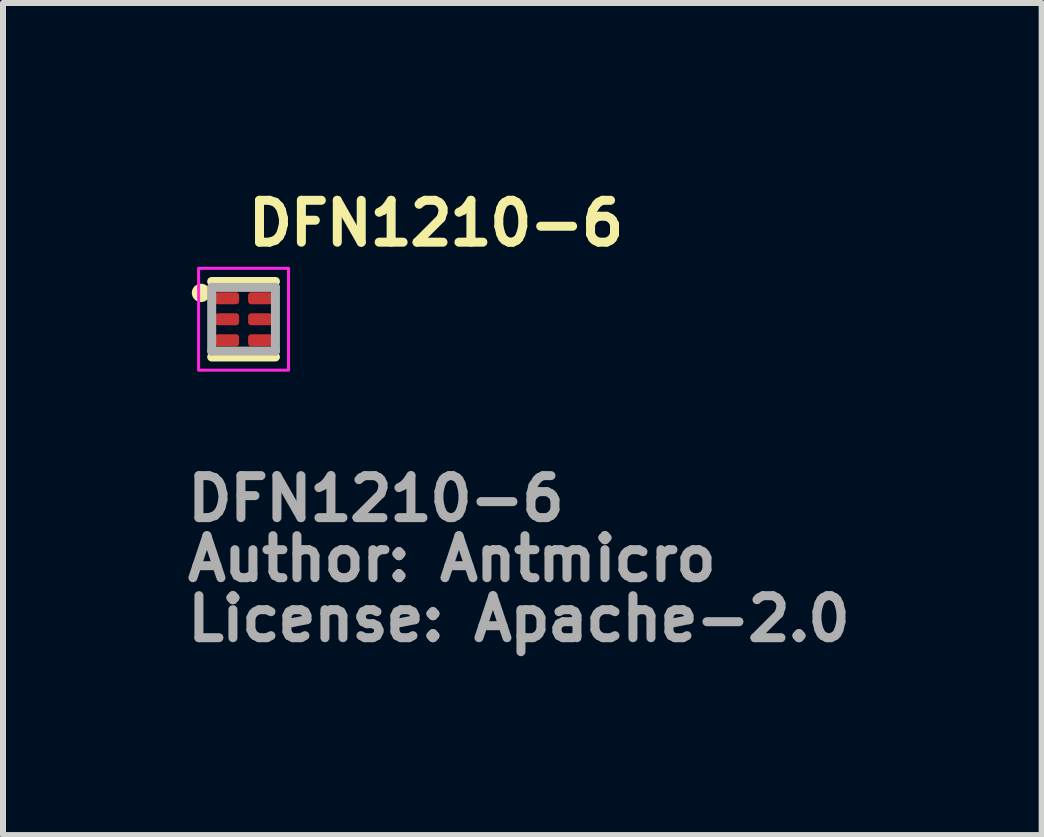
<source format=kicad_pcb>
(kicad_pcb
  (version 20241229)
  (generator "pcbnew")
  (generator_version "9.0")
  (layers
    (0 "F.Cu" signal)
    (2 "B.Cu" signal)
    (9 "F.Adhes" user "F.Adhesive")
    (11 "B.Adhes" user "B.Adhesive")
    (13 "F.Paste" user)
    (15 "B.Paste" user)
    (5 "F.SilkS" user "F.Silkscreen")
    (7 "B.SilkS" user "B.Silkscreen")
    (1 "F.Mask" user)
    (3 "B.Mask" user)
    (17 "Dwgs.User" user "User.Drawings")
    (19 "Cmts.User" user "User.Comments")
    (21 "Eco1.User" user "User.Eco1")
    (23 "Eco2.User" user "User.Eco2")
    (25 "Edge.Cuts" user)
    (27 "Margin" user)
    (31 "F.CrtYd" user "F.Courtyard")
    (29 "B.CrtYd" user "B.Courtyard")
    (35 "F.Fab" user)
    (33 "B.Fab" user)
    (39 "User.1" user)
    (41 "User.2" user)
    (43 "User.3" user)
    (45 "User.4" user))
  (footprint "DFN1210-6"
    (layer "F.Cu")
    (at 1.01 2.271)
    (property "Reference" "DFN1210-6" (at 0 -1.6 0) (layer "F.SilkS") (effects (font (size 0.698 0.698) (thickness 0.15)) (justify left)))
    (attr smd)
    (fp_line (start -0.532 -0.63) (end 0.53 -0.63) (stroke (width 0.15) (type solid)) (layer "F.SilkS"))
    (fp_line (start -0.532 0.628) (end 0.53 0.628) (stroke (width 0.15) (type solid)) (layer "F.SilkS"))
    (fp_circle (center -0.71 -0.44) (end -0.65 -0.39) (stroke (width 0.15) (type solid)) (fill yes) (layer "F.SilkS"))
    (fp_rect (start -0.75 -0.85) (end 0.748 0.848) (stroke (width 0.05) (type solid)) (fill no) (layer "F.CrtYd"))
    (fp_line (start -0.532 -0.532) (end 0.53 -0.532) (stroke (width 0.15) (type solid)) (layer "F.Fab"))
    (fp_line (start -0.532 0.53) (end -0.532 -0.532) (stroke (width 0.15) (type solid)) (layer "F.Fab"))
    (fp_line (start 0.53 -0.532) (end 0.53 0.53) (stroke (width 0.15) (type solid)) (layer "F.Fab"))
    (fp_line (start 0.53 0.53) (end -0.532 0.53) (stroke (width 0.15) (type solid)) (layer "F.Fab"))
    (fp_rect (start -0.5 -0.6) (end 0.498 0.598) (stroke (width 0.1) (type solid)) (fill no) (layer "User.5"))
    (fp_line (start -0.5 -0.6) (end -0.5 0.598) (stroke (width 0.02) (type solid)) (layer "User.9"))
    (fp_line (start -0.5 0.598) (end 0.498 0.598) (stroke (width 0.02) (type solid)) (layer "User.9"))
    (fp_line (start -0.094 -0.121) (end -0.074 -0.121) (stroke (width 0.02) (type solid)) (layer "User.9"))
    (fp_line (start -0.094 -0.104) (end -0.094 -0.121) (stroke (width 0.02) (type solid)) (layer "User.9"))
    (fp_line (start -0.094 -0.019) (end -0.012 -0.019) (stroke (width 0.02) (type solid)) (layer "User.9"))
    (fp_line (start -0.094 -0.002) (end -0.094 -0.019) (stroke (width 0.02) (type solid)) (layer "User.9"))
    (fp_line (start -0.094 0.207) (end 0.051 0.207) (stroke (width 0.02) (type solid)) (layer "User.9"))
    (fp_line (start -0.094 0.233) (end -0.094 0.207) (stroke (width 0.02) (type solid)) (layer "User.9"))
    (fp_line (start -0.094 0.316) (end 0.008 0.282) (stroke (width 0.02) (type solid)) (layer "User.9"))
    (fp_line (start -0.094 0.345) (end -0.094 0.316) (stroke (width 0.02) (type solid)) (layer "User.9"))
    (fp_line (start -0.074 -0.121) (end -0.074 -0.104) (stroke (width 0.02) (type solid)) (layer "User.9"))
    (fp_line (start -0.074 -0.104) (end -0.094 -0.104) (stroke (width 0.02) (type solid)) (layer "User.9"))
    (fp_line (start -0.073 0.327) (end 0.051 0.327) (stroke (width 0.02) (type solid)) (layer "User.9"))
    (fp_line (start -0.072 0.226) (end 0.051 0.268) (stroke (width 0.02) (type solid)) (layer "User.9"))
    (fp_line (start -0.058 -0.3) (end -0.056 -0.304) (stroke (width 0.02) (type solid)) (layer "User.9"))
    (fp_line (start -0.058 -0.296) (end -0.058 -0.3) (stroke (width 0.02) (type solid)) (layer "User.9"))
    (fp_line (start -0.058 -0.201) (end -0.056 -0.204) (stroke (width 0.02) (type solid)) (layer "User.9"))
    (fp_line (start -0.058 -0.198) (end -0.058 -0.201) (stroke (width 0.02) (type solid)) (layer "User.9"))
    (fp_line (start -0.058 -0.198) (end -0.058 -0.198) (stroke (width 0.02) (type solid)) (layer "User.9"))
    (fp_line (start -0.058 -0.195) (end -0.058 -0.198) (stroke (width 0.02) (type solid)) (layer "User.9"))
    (fp_line (start -0.058 -0.192) (end -0.058 -0.195) (stroke (width 0.02) (type solid)) (layer "User.9"))
    (fp_line (start -0.058 0.024) (end -0.056 0.022) (stroke (width 0.02) (type solid)) (layer "User.9"))
    (fp_line (start -0.058 0.025) (end -0.058 0.024) (stroke (width 0.02) (type solid)) (layer "User.9"))
    (fp_line (start -0.058 0.026) (end -0.058 0.025) (stroke (width 0.02) (type solid)) (layer "User.9"))
    (fp_line (start -0.058 0.028) (end -0.058 0.026) (stroke (width 0.02) (type solid)) (layer "User.9"))
    (fp_line (start -0.058 0.028) (end -0.058 0.028) (stroke (width 0.02) (type solid)) (layer "User.9"))
    (fp_line (start -0.058 0.029) (end -0.058 0.028) (stroke (width 0.02) (type solid)) (layer "User.9"))
    (fp_line (start -0.058 0.126) (end -0.056 0.124) (stroke (width 0.02) (type solid)) (layer "User.9"))
    (fp_line (start -0.058 0.131) (end -0.058 0.126) (stroke (width 0.02) (type solid)) (layer "User.9"))
    (fp_line (start -0.058 0.134) (end -0.058 0.131) (stroke (width 0.02) (type solid)) (layer "User.9"))
    (fp_line (start -0.058 0.134) (end -0.058 0.134) (stroke (width 0.02) (type solid)) (layer "User.9"))
    (fp_line (start -0.058 0.136) (end -0.058 0.134) (stroke (width 0.02) (type solid)) (layer "User.9"))
    (fp_line (start -0.058 0.137) (end -0.058 0.136) (stroke (width 0.02) (type solid)) (layer "User.9"))
    (fp_line (start -0.058 0.139) (end -0.058 0.137) (stroke (width 0.02) (type solid)) (layer "User.9"))
    (fp_line (start -0.058 0.14) (end -0.058 0.139) (stroke (width 0.02) (type solid)) (layer "User.9"))
    (fp_line (start -0.056 -0.308) (end -0.055 -0.31) (stroke (width 0.02) (type solid)) (layer "User.9"))
    (fp_line (start -0.056 -0.306) (end -0.056 -0.308) (stroke (width 0.02) (type solid)) (layer "User.9"))
    (fp_line (start -0.056 -0.304) (end -0.056 -0.306) (stroke (width 0.02) (type solid)) (layer "User.9"))
    (fp_line (start -0.056 -0.292) (end -0.058 -0.296) (stroke (width 0.02) (type solid)) (layer "User.9"))
    (fp_line (start -0.056 -0.289) (end -0.056 -0.292) (stroke (width 0.02) (type solid)) (layer "User.9"))
    (fp_line (start -0.056 -0.207) (end -0.055 -0.209) (stroke (width 0.02) (type solid)) (layer "User.9"))
    (fp_line (start -0.056 -0.204) (end -0.056 -0.207) (stroke (width 0.02) (type solid)) (layer "User.9"))
    (fp_line (start -0.056 -0.189) (end -0.058 -0.192) (stroke (width 0.02) (type solid)) (layer "User.9"))
    (fp_line (start -0.056 -0.187) (end -0.056 -0.189) (stroke (width 0.02) (type solid)) (layer "User.9"))
    (fp_line (start -0.056 0.02) (end -0.055 0.018) (stroke (width 0.02) (type solid)) (layer "User.9"))
    (fp_line (start -0.056 0.021) (end -0.056 0.02) (stroke (width 0.02) (type solid)) (layer "User.9"))
    (fp_line (start -0.056 0.021) (end -0.056 0.021) (stroke (width 0.02) (type solid)) (layer "User.9"))
    (fp_line (start -0.056 0.022) (end -0.056 0.021) (stroke (width 0.02) (type solid)) (layer "User.9"))
    (fp_line (start -0.056 0.03) (end -0.058 0.029) (stroke (width 0.02) (type solid)) (layer "User.9"))
    (fp_line (start -0.056 0.033) (end -0.056 0.03) (stroke (width 0.02) (type solid)) (layer "User.9"))
    (fp_line (start -0.056 0.034) (end -0.056 0.033) (stroke (width 0.02) (type solid)) (layer "User.9"))
    (fp_line (start -0.056 0.119) (end -0.055 0.118) (stroke (width 0.02) (type solid)) (layer "User.9"))
    (fp_line (start -0.056 0.121) (end -0.056 0.119) (stroke (width 0.02) (type solid)) (layer "User.9"))
    (fp_line (start -0.056 0.124) (end -0.056 0.121) (stroke (width 0.02) (type solid)) (layer "User.9"))
    (fp_line (start -0.056 0.142) (end -0.058 0.14) (stroke (width 0.02) (type solid)) (layer "User.9"))
    (fp_line (start -0.056 0.144) (end -0.056 0.142) (stroke (width 0.02) (type solid)) (layer "User.9"))
    (fp_line (start -0.056 0.144) (end -0.056 0.144) (stroke (width 0.02) (type solid)) (layer "User.9"))
    (fp_line (start -0.056 0.146) (end -0.056 0.144) (stroke (width 0.02) (type solid)) (layer "User.9"))
    (fp_line (start -0.056 0.147) (end -0.056 0.146) (stroke (width 0.02) (type solid)) (layer "User.9"))
    (fp_line (start -0.055 -0.311) (end -0.054 -0.313) (stroke (width 0.02) (type solid)) (layer "User.9"))
    (fp_line (start -0.055 -0.31) (end -0.055 -0.311) (stroke (width 0.02) (type solid)) (layer "User.9"))
    (fp_line (start -0.055 -0.286) (end -0.056 -0.289) (stroke (width 0.02) (type solid)) (layer "User.9"))
    (fp_line (start -0.055 -0.209) (end -0.054 -0.212) (stroke (width 0.02) (type solid)) (layer "User.9"))
    (fp_line (start -0.055 -0.185) (end -0.056 -0.187) (stroke (width 0.02) (type solid)) (layer "User.9"))
    (fp_line (start -0.055 -0.183) (end -0.055 -0.185) (stroke (width 0.02) (type solid)) (layer "User.9"))
    (fp_line (start -0.055 0.016) (end -0.054 0.014) (stroke (width 0.02) (type solid)) (layer "User.9"))
    (fp_line (start -0.055 0.017) (end -0.055 0.016) (stroke (width 0.02) (type solid)) (layer "User.9"))
    (fp_line (start -0.055 0.018) (end -0.055 0.017) (stroke (width 0.02) (type solid)) (layer "User.9"))
    (fp_line (start -0.055 0.035) (end -0.056 0.034) (stroke (width 0.02) (type solid)) (layer "User.9"))
    (fp_line (start -0.055 0.036) (end -0.055 0.035) (stroke (width 0.02) (type solid)) (layer "User.9"))
    (fp_line (start -0.055 0.036) (end -0.055 0.036) (stroke (width 0.02) (type solid)) (layer "User.9"))
    (fp_line (start -0.055 0.115) (end -0.054 0.114) (stroke (width 0.02) (type solid)) (layer "User.9"))
    (fp_line (start -0.055 0.117) (end -0.055 0.115) (stroke (width 0.02) (type solid)) (layer "User.9"))
    (fp_line (start -0.055 0.118) (end -0.055 0.117) (stroke (width 0.02) (type solid)) (layer "User.9"))
    (fp_line (start -0.055 0.149) (end -0.056 0.147) (stroke (width 0.02) (type solid)) (layer "User.9"))
    (fp_line (start -0.055 0.15) (end -0.055 0.149) (stroke (width 0.02) (type solid)) (layer "User.9"))
    (fp_line (start -0.055 0.151) (end -0.055 0.15) (stroke (width 0.02) (type solid)) (layer "User.9"))
    (fp_line (start -0.054 -0.347) (end 0.036 -0.347) (stroke (width 0.02) (type solid)) (layer "User.9"))
    (fp_line (start -0.054 -0.331) (end -0.054 -0.347) (stroke (width 0.02) (type solid)) (layer "User.9"))
    (fp_line (start -0.054 -0.315) (end -0.053 -0.317) (stroke (width 0.02) (type solid)) (layer "User.9"))
    (fp_line (start -0.054 -0.313) (end -0.054 -0.315) (stroke (width 0.02) (type solid)) (layer "User.9"))
    (fp_line (start -0.054 -0.212) (end -0.053 -0.215) (stroke (width 0.02) (type solid)) (layer "User.9"))
    (fp_line (start -0.054 -0.182) (end -0.055 -0.183) (stroke (width 0.02) (type solid)) (layer "User.9"))
    (fp_line (start -0.054 -0.181) (end -0.054 -0.182) (stroke (width 0.02) (type solid)) (layer "User.9"))
    (fp_line (start -0.054 -0.165) (end -0.04 -0.165) (stroke (width 0.02) (type solid)) (layer "User.9"))
    (fp_line (start -0.054 -0.148) (end -0.054 -0.165) (stroke (width 0.02) (type solid)) (layer "User.9"))
    (fp_line (start -0.054 -0.121) (end 0.051 -0.121) (stroke (width 0.02) (type solid)) (layer "User.9"))
    (fp_line (start -0.054 -0.104) (end -0.054 -0.121) (stroke (width 0.02) (type solid)) (layer "User.9"))
    (fp_line (start -0.054 -0.086) (end -0.015 -0.044) (stroke (width 0.02) (type solid)) (layer "User.9"))
    (fp_line (start -0.054 -0.062) (end -0.054 -0.086) (stroke (width 0.02) (type solid)) (layer "User.9"))
    (fp_line (start -0.054 0.014) (end -0.054 0.014) (stroke (width 0.02) (type solid)) (layer "User.9"))
    (fp_line (start -0.054 0.014) (end -0.053 0.013) (stroke (width 0.02) (type solid)) (layer "User.9"))
    (fp_line (start -0.054 0.036) (end -0.055 0.036) (stroke (width 0.02) (type solid)) (layer "User.9"))
    (fp_line (start -0.054 0.037) (end -0.054 0.036) (stroke (width 0.02) (type solid)) (layer "User.9"))
    (fp_line (start -0.054 0.05) (end -0.039 0.05) (stroke (width 0.02) (type solid)) (layer "User.9"))
    (fp_line (start -0.054 0.066) (end -0.054 0.05) (stroke (width 0.02) (type solid)) (layer "User.9"))
    (fp_line (start -0.054 0.112) (end -0.054 0.112) (stroke (width 0.02) (type solid)) (layer "User.9"))
    (fp_line (start -0.054 0.112) (end -0.053 0.11) (stroke (width 0.02) (type solid)) (layer "User.9"))
    (fp_line (start -0.054 0.113) (end -0.054 0.112) (stroke (width 0.02) (type solid)) (layer "User.9"))
    (fp_line (start -0.054 0.114) (end -0.054 0.113) (stroke (width 0.02) (type solid)) (layer "User.9"))
    (fp_line (start -0.054 0.153) (end -0.055 0.151) (stroke (width 0.02) (type solid)) (layer "User.9"))
    (fp_line (start -0.054 0.154) (end -0.054 0.153) (stroke (width 0.02) (type solid)) (layer "User.9"))
    (fp_line (start -0.054 0.155) (end -0.054 0.154) (stroke (width 0.02) (type solid)) (layer "User.9"))
    (fp_line (start -0.053 -0.319) (end -0.052 -0.32) (stroke (width 0.02) (type solid)) (layer "User.9"))
    (fp_line (start -0.053 -0.317) (end -0.053 -0.319) (stroke (width 0.02) (type solid)) (layer "User.9"))
    (fp_line (start -0.053 -0.283) (end -0.055 -0.286) (stroke (width 0.02) (type solid)) (layer "User.9"))
    (fp_line (start -0.053 -0.281) (end -0.053 -0.283) (stroke (width 0.02) (type solid)) (layer "User.9"))
    (fp_line (start -0.053 -0.279) (end -0.053 -0.281) (stroke (width 0.02) (type solid)) (layer "User.9"))
    (fp_line (start -0.053 -0.218) (end -0.051 -0.22) (stroke (width 0.02) (type solid)) (layer "User.9"))
    (fp_line (start -0.053 -0.215) (end -0.053 -0.218) (stroke (width 0.02) (type solid)) (layer "User.9"))
    (fp_line (start -0.053 -0.18) (end -0.054 -0.181) (stroke (width 0.02) (type solid)) (layer "User.9"))
    (fp_line (start -0.053 -0.179) (end -0.053 -0.18) (stroke (width 0.02) (type solid)) (layer "User.9"))
    (fp_line (start -0.053 -0.178) (end -0.053 -0.179) (stroke (width 0.02) (type solid)) (layer "User.9"))
    (fp_line (start -0.053 -0.177) (end -0.053 -0.178) (stroke (width 0.02) (type solid)) (layer "User.9"))
    (fp_line (start -0.053 0.01) (end -0.052 0.01) (stroke (width 0.02) (type solid)) (layer "User.9"))
    (fp_line (start -0.053 0.012) (end -0.053 0.01) (stroke (width 0.02) (type solid)) (layer "User.9"))
    (fp_line (start -0.053 0.013) (end -0.053 0.012) (stroke (width 0.02) (type solid)) (layer "User.9"))
    (fp_line (start -0.053 0.037) (end -0.054 0.037) (stroke (width 0.02) (type solid)) (layer "User.9"))
    (fp_line (start -0.053 0.038) (end -0.053 0.037) (stroke (width 0.02) (type solid)) (layer "User.9"))
    (fp_line (start -0.053 0.04) (end -0.053 0.038) (stroke (width 0.02) (type solid)) (layer "User.9"))
    (fp_line (start -0.053 0.04) (end -0.053 0.04) (stroke (width 0.02) (type solid)) (layer "User.9"))
    (fp_line (start -0.053 0.107) (end -0.052 0.106) (stroke (width 0.02) (type solid)) (layer "User.9"))
    (fp_line (start -0.053 0.108) (end -0.053 0.107) (stroke (width 0.02) (type solid)) (layer "User.9"))
    (fp_line (start -0.053 0.109) (end -0.053 0.108) (stroke (width 0.02) (type solid)) (layer "User.9"))
    (fp_line (start -0.053 0.11) (end -0.053 0.109) (stroke (width 0.02) (type solid)) (layer "User.9"))
    (fp_line (start -0.053 0.157) (end -0.054 0.155) (stroke (width 0.02) (type solid)) (layer "User.9"))
    (fp_line (start -0.053 0.157) (end -0.053 0.157) (stroke (width 0.02) (type solid)) (layer "User.9"))
    (fp_line (start -0.053 0.16) (end -0.053 0.157) (stroke (width 0.02) (type solid)) (layer "User.9"))
    (fp_line (start -0.052 -0.32) (end -0.051 -0.323) (stroke (width 0.02) (type solid)) (layer "User.9"))
    (fp_line (start -0.052 -0.278) (end -0.053 -0.279) (stroke (width 0.02) (type solid)) (layer "User.9"))
    (fp_line (start -0.052 -0.176) (end -0.053 -0.177) (stroke (width 0.02) (type solid)) (layer "User.9"))
    (fp_line (start -0.052 -0.176) (end -0.052 -0.176) (stroke (width 0.02) (type solid)) (layer "User.9"))
    (fp_line (start -0.052 0.01) (end -0.036 0.016) (stroke (width 0.02) (type solid)) (layer "User.9"))
    (fp_line (start -0.052 0.042) (end -0.053 0.04) (stroke (width 0.02) (type solid)) (layer "User.9"))
    (fp_line (start -0.052 0.104) (end -0.051 0.104) (stroke (width 0.02) (type solid)) (layer "User.9"))
    (fp_line (start -0.052 0.105) (end -0.052 0.104) (stroke (width 0.02) (type solid)) (layer "User.9"))
    (fp_line (start -0.052 0.106) (end -0.052 0.105) (stroke (width 0.02) (type solid)) (layer "User.9"))
    (fp_line (start -0.052 0.163) (end -0.053 0.16) (stroke (width 0.02) (type solid)) (layer "User.9"))
    (fp_line (start -0.051 -0.323) (end -0.05 -0.324) (stroke (width 0.02) (type solid)) (layer "User.9"))
    (fp_line (start -0.051 -0.276) (end -0.052 -0.278) (stroke (width 0.02) (type solid)) (layer "User.9"))
    (fp_line (start -0.051 -0.276) (end -0.051 -0.276) (stroke (width 0.02) (type solid)) (layer "User.9"))
    (fp_line (start -0.051 -0.221) (end -0.05 -0.222) (stroke (width 0.02) (type solid)) (layer "User.9"))
    (fp_line (start -0.051 -0.22) (end -0.051 -0.221) (stroke (width 0.02) (type solid)) (layer "User.9"))
    (fp_line (start -0.051 -0.175) (end -0.052 -0.176) (stroke (width 0.02) (type solid)) (layer "User.9"))
    (fp_line (start -0.051 0.043) (end -0.052 0.042) (stroke (width 0.02) (type solid)) (layer "User.9"))
    (fp_line (start -0.051 0.104) (end -0.051 0.104) (stroke (width 0.02) (type solid)) (layer "User.9"))
    (fp_line (start -0.051 0.104) (end -0.05 0.103) (stroke (width 0.02) (type solid)) (layer "User.9"))
    (fp_line (start -0.051 0.165) (end -0.052 0.163) (stroke (width 0.02) (type solid)) (layer "User.9"))
    (fp_line (start -0.05 -0.324) (end -0.048 -0.326) (stroke (width 0.02) (type solid)) (layer "User.9"))
    (fp_line (start -0.05 -0.222) (end -0.048 -0.224) (stroke (width 0.02) (type solid)) (layer "User.9"))
    (fp_line (start -0.05 -0.174) (end -0.051 -0.175) (stroke (width 0.02) (type solid)) (layer "User.9"))
    (fp_line (start -0.05 -0.173) (end -0.05 -0.174) (stroke (width 0.02) (type solid)) (layer "User.9"))
    (fp_line (start -0.05 0.103) (end -0.05 0.103) (stroke (width 0.02) (type solid)) (layer "User.9"))
    (fp_line (start -0.05 0.103) (end -0.048 0.102) (stroke (width 0.02) (type solid)) (layer "User.9"))
    (fp_line (start -0.05 0.167) (end -0.051 0.165) (stroke (width 0.02) (type solid)) (layer "User.9"))
    (fp_line (start -0.048 -0.326) (end -0.046 -0.327) (stroke (width 0.02) (type solid)) (layer "User.9"))
    (fp_line (start -0.048 -0.274) (end -0.051 -0.276) (stroke (width 0.02) (type solid)) (layer "User.9"))
    (fp_line (start -0.048 -0.224) (end -0.047 -0.226) (stroke (width 0.02) (type solid)) (layer "User.9"))
    (fp_line (start -0.048 -0.172) (end -0.05 -0.173) (stroke (width 0.02) (type solid)) (layer "User.9"))
    (fp_line (start -0.048 0.043) (end -0.051 0.043) (stroke (width 0.02) (type solid)) (layer "User.9"))
    (fp_line (start -0.048 0.102) (end -0.047 0.101) (stroke (width 0.02) (type solid)) (layer "User.9"))
    (fp_line (start -0.047 -0.226) (end -0.046 -0.227) (stroke (width 0.02) (type solid)) (layer "User.9"))
    (fp_line (start -0.047 -0.171) (end -0.048 -0.172) (stroke (width 0.02) (type solid)) (layer "User.9"))
    (fp_line (start -0.047 0.044) (end -0.048 0.043) (stroke (width 0.02) (type solid)) (layer "User.9"))
    (fp_line (start -0.047 0.101) (end -0.047 0.101) (stroke (width 0.02) (type solid)) (layer "User.9"))
    (fp_line (start -0.047 0.101) (end -0.046 0.1) (stroke (width 0.02) (type solid)) (layer "User.9"))
    (fp_line (start -0.047 0.169) (end -0.05 0.167) (stroke (width 0.02) (type solid)) (layer "User.9"))
    (fp_line (start -0.046 -0.327) (end -0.045 -0.329) (stroke (width 0.02) (type solid)) (layer "User.9"))
    (fp_line (start -0.046 -0.227) (end -0.045 -0.227) (stroke (width 0.02) (type solid)) (layer "User.9"))
    (fp_line (start -0.046 -0.17) (end -0.047 -0.171) (stroke (width 0.02) (type solid)) (layer "User.9"))
    (fp_line (start -0.046 0.1) (end -0.046 0.1) (stroke (width 0.02) (type solid)) (layer "User.9"))
    (fp_line (start -0.046 0.1) (end -0.046 0.1) (stroke (width 0.02) (type solid)) (layer "User.9"))
    (fp_line (start -0.046 0.1) (end -0.035 0.093) (stroke (width 0.02) (type solid)) (layer "User.9"))
    (fp_line (start -0.046 0.17) (end -0.047 0.169) (stroke (width 0.02) (type solid)) (layer "User.9"))
    (fp_line (start -0.045 -0.329) (end -0.044 -0.33) (stroke (width 0.02) (type solid)) (layer "User.9"))
    (fp_line (start -0.045 -0.271) (end -0.048 -0.274) (stroke (width 0.02) (type solid)) (layer "User.9"))
    (fp_line (start -0.045 -0.227) (end -0.044 -0.228) (stroke (width 0.02) (type solid)) (layer "User.9"))
    (fp_line (start -0.045 -0.169) (end -0.046 -0.17) (stroke (width 0.02) (type solid)) (layer "User.9"))
    (fp_line (start -0.045 0.045) (end -0.047 0.044) (stroke (width 0.02) (type solid)) (layer "User.9"))
    (fp_line (start -0.044 -0.33) (end -0.043 -0.331) (stroke (width 0.02) (type solid)) (layer "User.9"))
    (fp_line (start -0.044 -0.269) (end -0.045 -0.271) (stroke (width 0.02) (type solid)) (layer "User.9"))
    (fp_line (start -0.044 -0.228) (end -0.043 -0.229) (stroke (width 0.02) (type solid)) (layer "User.9"))
    (fp_line (start -0.044 -0.168) (end -0.045 -0.169) (stroke (width 0.02) (type solid)) (layer "User.9"))
    (fp_line (start -0.044 0.046) (end -0.045 0.045) (stroke (width 0.02) (type solid)) (layer "User.9"))
    (fp_line (start -0.044 0.172) (end -0.046 0.17) (stroke (width 0.02) (type solid)) (layer "User.9"))
    (fp_line (start -0.043 -0.331) (end -0.054 -0.331) (stroke (width 0.02) (type solid)) (layer "User.9"))
    (fp_line (start -0.043 -0.307) (end -0.043 -0.305) (stroke (width 0.02) (type solid)) (layer "User.9"))
    (fp_line (start -0.043 -0.305) (end -0.043 -0.304) (stroke (width 0.02) (type solid)) (layer "User.9"))
    (fp_line (start -0.043 -0.304) (end -0.043 -0.302) (stroke (width 0.02) (type solid)) (layer "User.9"))
    (fp_line (start -0.043 -0.302) (end -0.043 -0.301) (stroke (width 0.02) (type solid)) (layer "User.9"))
    (fp_line (start -0.043 -0.301) (end -0.043 -0.301) (stroke (width 0.02) (type solid)) (layer "User.9"))
    (fp_line (start -0.043 -0.301) (end -0.043 -0.299) (stroke (width 0.02) (type solid)) (layer "User.9"))
    (fp_line (start -0.043 -0.299) (end -0.043 -0.298) (stroke (width 0.02) (type solid)) (layer "User.9"))
    (fp_line (start -0.043 -0.298) (end -0.043 -0.296) (stroke (width 0.02) (type solid)) (layer "User.9"))
    (fp_line (start -0.043 -0.296) (end -0.043 -0.295) (stroke (width 0.02) (type solid)) (layer "User.9"))
    (fp_line (start -0.043 -0.295) (end -0.042 -0.294) (stroke (width 0.02) (type solid)) (layer "User.9"))
    (fp_line (start -0.043 -0.229) (end -0.042 -0.23) (stroke (width 0.02) (type solid)) (layer "User.9"))
    (fp_line (start -0.043 -0.194) (end -0.043 -0.194) (stroke (width 0.02) (type solid)) (layer "User.9"))
    (fp_line (start -0.043 -0.194) (end -0.042 -0.191) (stroke (width 0.02) (type solid)) (layer "User.9"))
    (fp_line (start -0.043 -0.166) (end -0.044 -0.168) (stroke (width 0.02) (type solid)) (layer "User.9"))
    (fp_line (start -0.043 0.128) (end -0.043 0.13) (stroke (width 0.02) (type solid)) (layer "User.9"))
    (fp_line (start -0.043 0.13) (end -0.043 0.131) (stroke (width 0.02) (type solid)) (layer "User.9"))
    (fp_line (start -0.043 0.131) (end -0.043 0.133) (stroke (width 0.02) (type solid)) (layer "User.9"))
    (fp_line (start -0.043 0.133) (end -0.043 0.135) (stroke (width 0.02) (type solid)) (layer "User.9"))
    (fp_line (start -0.043 0.135) (end -0.043 0.136) (stroke (width 0.02) (type solid)) (layer "User.9"))
    (fp_line (start -0.043 0.136) (end -0.043 0.136) (stroke (width 0.02) (type solid)) (layer "User.9"))
    (fp_line (start -0.043 0.136) (end -0.043 0.139) (stroke (width 0.02) (type solid)) (layer "User.9"))
    (fp_line (start -0.043 0.139) (end -0.043 0.142) (stroke (width 0.02) (type solid)) (layer "User.9"))
    (fp_line (start -0.043 0.142) (end -0.043 0.143) (stroke (width 0.02) (type solid)) (layer "User.9"))
    (fp_line (start -0.043 0.143) (end -0.043 0.144) (stroke (width 0.02) (type solid)) (layer "User.9"))
    (fp_line (start -0.043 0.144) (end -0.043 0.144) (stroke (width 0.02) (type solid)) (layer "User.9"))
    (fp_line (start -0.043 0.144) (end -0.043 0.146) (stroke (width 0.02) (type solid)) (layer "User.9"))
    (fp_line (start -0.043 0.146) (end -0.042 0.147) (stroke (width 0.02) (type solid)) (layer "User.9"))
    (fp_line (start -0.043 0.174) (end -0.044 0.172) (stroke (width 0.02) (type solid)) (layer "User.9"))
    (fp_line (start -0.042 -0.309) (end -0.042 -0.308) (stroke (width 0.02) (type solid)) (layer "User.9"))
    (fp_line (start -0.042 -0.308) (end -0.043 -0.307) (stroke (width 0.02) (type solid)) (layer "User.9"))
    (fp_line (start -0.042 -0.294) (end -0.042 -0.292) (stroke (width 0.02) (type solid)) (layer "User.9"))
    (fp_line (start -0.042 -0.292) (end -0.04 -0.291) (stroke (width 0.02) (type solid)) (layer "User.9"))
    (fp_line (start -0.042 -0.267) (end -0.044 -0.269) (stroke (width 0.02) (type solid)) (layer "User.9"))
    (fp_line (start -0.042 -0.23) (end -0.04 -0.231) (stroke (width 0.02) (type solid)) (layer "User.9"))
    (fp_line (start -0.042 -0.2) (end -0.042 -0.199) (stroke (width 0.02) (type solid)) (layer "User.9"))
    (fp_line (start -0.042 -0.199) (end -0.042 -0.198) (stroke (width 0.02) (type solid)) (layer "User.9"))
    (fp_line (start -0.042 -0.198) (end -0.042 -0.196) (stroke (width 0.02) (type solid)) (layer "User.9"))
    (fp_line (start -0.042 -0.196) (end -0.043 -0.194) (stroke (width 0.02) (type solid)) (layer "User.9"))
    (fp_line (start -0.042 -0.191) (end -0.042 -0.188) (stroke (width 0.02) (type solid)) (layer "User.9"))
    (fp_line (start -0.042 -0.188) (end -0.04 -0.185) (stroke (width 0.02) (type solid)) (layer "User.9"))
    (fp_line (start -0.042 0.049) (end -0.044 0.046) (stroke (width 0.02) (type solid)) (layer "User.9"))
    (fp_line (start -0.042 0.123) (end -0.042 0.125) (stroke (width 0.02) (type solid)) (layer "User.9"))
    (fp_line (start -0.042 0.125) (end -0.042 0.126) (stroke (width 0.02) (type solid)) (layer "User.9"))
    (fp_line (start -0.042 0.126) (end -0.043 0.128) (stroke (width 0.02) (type solid)) (layer "User.9"))
    (fp_line (start -0.042 0.147) (end -0.042 0.148) (stroke (width 0.02) (type solid)) (layer "User.9"))
    (fp_line (start -0.042 0.148) (end -0.042 0.149) (stroke (width 0.02) (type solid)) (layer "User.9"))
    (fp_line (start -0.042 0.149) (end -0.04 0.15) (stroke (width 0.02) (type solid)) (layer "User.9"))
    (fp_line (start -0.04 -0.312) (end -0.04 -0.311) (stroke (width 0.02) (type solid)) (layer "User.9"))
    (fp_line (start -0.04 -0.311) (end -0.042 -0.309) (stroke (width 0.02) (type solid)) (layer "User.9"))
    (fp_line (start -0.04 -0.291) (end -0.04 -0.29) (stroke (width 0.02) (type solid)) (layer "User.9"))
    (fp_line (start -0.04 -0.29) (end -0.039 -0.289) (stroke (width 0.02) (type solid)) (layer "User.9"))
    (fp_line (start -0.04 -0.231) (end -0.038 -0.231) (stroke (width 0.02) (type solid)) (layer "User.9"))
    (fp_line (start -0.04 -0.204) (end -0.04 -0.203) (stroke (width 0.02) (type solid)) (layer "User.9"))
    (fp_line (start -0.04 -0.203) (end -0.04 -0.202) (stroke (width 0.02) (type solid)) (layer "User.9"))
    (fp_line (start -0.04 -0.202) (end -0.042 -0.2) (stroke (width 0.02) (type solid)) (layer "User.9"))
    (fp_line (start -0.04 -0.185) (end -0.04 -0.184) (stroke (width 0.02) (type solid)) (layer "User.9"))
    (fp_line (start -0.04 -0.184) (end -0.04 -0.183) (stroke (width 0.02) (type solid)) (layer "User.9"))
    (fp_line (start -0.04 -0.183) (end -0.039 -0.182) (stroke (width 0.02) (type solid)) (layer "User.9"))
    (fp_line (start -0.04 -0.165) (end -0.043 -0.166) (stroke (width 0.02) (type solid)) (layer "User.9"))
    (fp_line (start -0.04 0.121) (end -0.04 0.122) (stroke (width 0.02) (type solid)) (layer "User.9"))
    (fp_line (start -0.04 0.122) (end -0.042 0.123) (stroke (width 0.02) (type solid)) (layer "User.9"))
    (fp_line (start -0.04 0.15) (end -0.04 0.151) (stroke (width 0.02) (type solid)) (layer "User.9"))
    (fp_line (start -0.04 0.151) (end -0.039 0.152) (stroke (width 0.02) (type solid)) (layer "User.9"))
    (fp_line (start -0.04 0.175) (end -0.043 0.174) (stroke (width 0.02) (type solid)) (layer "User.9"))
    (fp_line (start -0.039 -0.313) (end -0.04 -0.312) (stroke (width 0.02) (type solid)) (layer "User.9"))
    (fp_line (start -0.039 -0.289) (end -0.038 -0.288) (stroke (width 0.02) (type solid)) (layer "User.9"))
    (fp_line (start -0.039 -0.205) (end -0.04 -0.204) (stroke (width 0.02) (type solid)) (layer "User.9"))
    (fp_line (start -0.039 -0.182) (end -0.039 -0.18) (stroke (width 0.02) (type solid)) (layer "User.9"))
    (fp_line (start -0.039 -0.18) (end -0.038 -0.179) (stroke (width 0.02) (type solid)) (layer "User.9"))
    (fp_line (start -0.039 0.05) (end -0.042 0.049) (stroke (width 0.02) (type solid)) (layer "User.9"))
    (fp_line (start -0.039 0.119) (end -0.039 0.12) (stroke (width 0.02) (type solid)) (layer "User.9"))
    (fp_line (start -0.039 0.12) (end -0.04 0.121) (stroke (width 0.02) (type solid)) (layer "User.9"))
    (fp_line (start -0.039 0.152) (end -0.039 0.153) (stroke (width 0.02) (type solid)) (layer "User.9"))
    (fp_line (start -0.039 0.153) (end -0.038 0.154) (stroke (width 0.02) (type solid)) (layer "User.9"))
    (fp_line (start -0.039 0.175) (end -0.04 0.175) (stroke (width 0.02) (type solid)) (layer "User.9"))
    (fp_line (start -0.038 -0.316) (end -0.038 -0.315) (stroke (width 0.02) (type solid)) (layer "User.9"))
    (fp_line (start -0.038 -0.315) (end -0.039 -0.313) (stroke (width 0.02) (type solid)) (layer "User.9"))
    (fp_line (start -0.038 -0.288) (end -0.038 -0.287) (stroke (width 0.02) (type solid)) (layer "User.9"))
    (fp_line (start -0.038 -0.287) (end -0.037 -0.286) (stroke (width 0.02) (type solid)) (layer "User.9"))
    (fp_line (start -0.038 -0.265) (end -0.042 -0.267) (stroke (width 0.02) (type solid)) (layer "User.9"))
    (fp_line (start -0.038 -0.231) (end -0.037 -0.232) (stroke (width 0.02) (type solid)) (layer "User.9"))
    (fp_line (start -0.038 -0.207) (end -0.038 -0.206) (stroke (width 0.02) (type solid)) (layer "User.9"))
    (fp_line (start -0.038 -0.206) (end -0.039 -0.205) (stroke (width 0.02) (type solid)) (layer "User.9"))
    (fp_line (start -0.038 -0.179) (end -0.038 -0.178) (stroke (width 0.02) (type solid)) (layer "User.9"))
    (fp_line (start -0.038 -0.178) (end -0.037 -0.177) (stroke (width 0.02) (type solid)) (layer "User.9"))
    (fp_line (start -0.038 0.021) (end -0.038 0.022) (stroke (width 0.02) (type solid)) (layer "User.9"))
    (fp_line (start -0.038 0.022) (end -0.038 0.025) (stroke (width 0.02) (type solid)) (layer "User.9"))
    (fp_line (start -0.038 0.025) (end -0.038 0.026) (stroke (width 0.02) (type solid)) (layer "User.9"))
    (fp_line (start -0.038 0.026) (end -0.038 0.028) (stroke (width 0.02) (type solid)) (layer "User.9"))
    (fp_line (start -0.038 0.028) (end -0.038 0.029) (stroke (width 0.02) (type solid)) (layer "User.9"))
    (fp_line (start -0.038 0.029) (end -0.038 0.03) (stroke (width 0.02) (type solid)) (layer "User.9"))
    (fp_line (start -0.038 0.03) (end -0.038 0.032) (stroke (width 0.02) (type solid)) (layer "User.9"))
    (fp_line (start -0.038 0.032) (end -0.038 0.033) (stroke (width 0.02) (type solid)) (layer "User.9"))
    (fp_line (start -0.038 0.033) (end -0.037 0.035) (stroke (width 0.02) (type solid)) (layer "User.9"))
    (fp_line (start -0.038 0.118) (end -0.038 0.119) (stroke (width 0.02) (type solid)) (layer "User.9"))
    (fp_line (start -0.038 0.119) (end -0.039 0.119) (stroke (width 0.02) (type solid)) (layer "User.9"))
    (fp_line (start -0.038 0.154) (end -0.037 0.154) (stroke (width 0.02) (type solid)) (layer "User.9"))
    (fp_line (start -0.037 -0.318) (end -0.037 -0.317) (stroke (width 0.02) (type solid)) (layer "User.9"))
    (fp_line (start -0.037 -0.317) (end -0.038 -0.316) (stroke (width 0.02) (type solid)) (layer "User.9"))
    (fp_line (start -0.037 -0.286) (end -0.037 -0.285) (stroke (width 0.02) (type solid)) (layer "User.9"))
    (fp_line (start -0.037 -0.285) (end -0.036 -0.284) (stroke (width 0.02) (type solid)) (layer "User.9"))
    (fp_line (start -0.037 -0.232) (end -0.037 -0.232) (stroke (width 0.02) (type solid)) (layer "User.9"))
    (fp_line (start -0.037 -0.232) (end -0.035 -0.233) (stroke (width 0.02) (type solid)) (layer "User.9"))
    (fp_line (start -0.037 -0.209) (end -0.037 -0.209) (stroke (width 0.02) (type solid)) (layer "User.9"))
    (fp_line (start -0.037 -0.209) (end -0.037 -0.208) (stroke (width 0.02) (type solid)) (layer "User.9"))
    (fp_line (start -0.037 -0.208) (end -0.038 -0.207) (stroke (width 0.02) (type solid)) (layer "User.9"))
    (fp_line (start -0.037 -0.177) (end -0.037 -0.176) (stroke (width 0.02) (type solid)) (layer "User.9"))
    (fp_line (start -0.037 -0.176) (end -0.036 -0.176) (stroke (width 0.02) (type solid)) (layer "User.9"))
    (fp_line (start -0.037 0.017) (end -0.037 0.018) (stroke (width 0.02) (type solid)) (layer "User.9"))
    (fp_line (start -0.037 0.018) (end -0.037 0.02) (stroke (width 0.02) (type solid)) (layer "User.9"))
    (fp_line (start -0.037 0.02) (end -0.038 0.021) (stroke (width 0.02) (type solid)) (layer "User.9"))
    (fp_line (start -0.037 0.035) (end -0.037 0.036) (stroke (width 0.02) (type solid)) (layer "User.9"))
    (fp_line (start -0.037 0.036) (end -0.037 0.036) (stroke (width 0.02) (type solid)) (layer "User.9"))
    (fp_line (start -0.037 0.036) (end -0.036 0.038) (stroke (width 0.02) (type solid)) (layer "User.9"))
    (fp_line (start -0.037 0.115) (end -0.037 0.116) (stroke (width 0.02) (type solid)) (layer "User.9"))
    (fp_line (start -0.037 0.116) (end -0.037 0.116) (stroke (width 0.02) (type solid)) (layer "User.9"))
    (fp_line (start -0.037 0.116) (end -0.037 0.117) (stroke (width 0.02) (type solid)) (layer "User.9"))
    (fp_line (start -0.037 0.117) (end -0.038 0.118) (stroke (width 0.02) (type solid)) (layer "User.9"))
    (fp_line (start -0.037 0.154) (end -0.037 0.155) (stroke (width 0.02) (type solid)) (layer "User.9"))
    (fp_line (start -0.037 0.155) (end -0.037 0.156) (stroke (width 0.02) (type solid)) (layer "User.9"))
    (fp_line (start -0.037 0.156) (end -0.036 0.157) (stroke (width 0.02) (type solid)) (layer "User.9"))
    (fp_line (start -0.037 0.177) (end -0.039 0.175) (stroke (width 0.02) (type solid)) (layer "User.9"))
    (fp_line (start -0.036 -0.319) (end -0.037 -0.318) (stroke (width 0.02) (type solid)) (layer "User.9"))
    (fp_line (start -0.036 -0.284) (end -0.035 -0.282) (stroke (width 0.02) (type solid)) (layer "User.9"))
    (fp_line (start -0.036 -0.263) (end -0.038 -0.265) (stroke (width 0.02) (type solid)) (layer "User.9"))
    (fp_line (start -0.036 -0.21) (end -0.037 -0.209) (stroke (width 0.02) (type solid)) (layer "User.9"))
    (fp_line (start -0.036 -0.176) (end -0.035 -0.175) (stroke (width 0.02) (type solid)) (layer "User.9"))
    (fp_line (start -0.036 0.016) (end -0.037 0.017) (stroke (width 0.02) (type solid)) (layer "User.9"))
    (fp_line (start -0.036 0.038) (end -0.036 0.038) (stroke (width 0.02) (type solid)) (layer "User.9"))
    (fp_line (start -0.036 0.038) (end -0.034 0.04) (stroke (width 0.02) (type solid)) (layer "User.9"))
    (fp_line (start -0.036 0.115) (end -0.037 0.115) (stroke (width 0.02) (type solid)) (layer "User.9"))
    (fp_line (start -0.036 0.157) (end -0.035 0.157) (stroke (width 0.02) (type solid)) (layer "User.9"))
    (fp_line (start -0.035 -0.32) (end -0.036 -0.319) (stroke (width 0.02) (type solid)) (layer "User.9"))
    (fp_line (start -0.035 -0.282) (end -0.032 -0.281) (stroke (width 0.02) (type solid)) (layer "User.9"))
    (fp_line (start -0.035 -0.233) (end -0.034 -0.233) (stroke (width 0.02) (type solid)) (layer "User.9"))
    (fp_line (start -0.035 -0.211) (end -0.036 -0.21) (stroke (width 0.02) (type solid)) (layer "User.9"))
    (fp_line (start -0.035 -0.175) (end -0.034 -0.174) (stroke (width 0.02) (type solid)) (layer "User.9"))
    (fp_line (start -0.035 0.093) (end -0.035 0.093) (stroke (width 0.02) (type solid)) (layer "User.9"))
    (fp_line (start -0.035 0.093) (end -0.034 0.093) (stroke (width 0.02) (type solid)) (layer "User.9"))
    (fp_line (start -0.035 0.114) (end -0.036 0.115) (stroke (width 0.02) (type solid)) (layer "User.9"))
    (fp_line (start -0.035 0.157) (end -0.034 0.158) (stroke (width 0.02) (type solid)) (layer "User.9"))
    (fp_line (start -0.035 0.178) (end -0.037 0.177) (stroke (width 0.02) (type solid)) (layer "User.9"))
    (fp_line (start -0.034 -0.261) (end -0.036 -0.263) (stroke (width 0.02) (type solid)) (layer "User.9"))
    (fp_line (start -0.034 -0.233) (end -0.031 -0.233) (stroke (width 0.02) (type solid)) (layer "User.9"))
    (fp_line (start -0.034 -0.211) (end -0.035 -0.211) (stroke (width 0.02) (type solid)) (layer "User.9"))
    (fp_line (start -0.034 -0.174) (end -0.032 -0.173) (stroke (width 0.02) (type solid)) (layer "User.9"))
    (fp_line (start -0.034 0.04) (end -0.032 0.041) (stroke (width 0.02) (type solid)) (layer "User.9"))
    (fp_line (start -0.034 0.093) (end -0.032 0.093) (stroke (width 0.02) (type solid)) (layer "User.9"))
    (fp_line (start -0.034 0.113) (end -0.034 0.114) (stroke (width 0.02) (type solid)) (layer "User.9"))
    (fp_line (start -0.034 0.114) (end -0.035 0.114) (stroke (width 0.02) (type solid)) (layer "User.9"))
    (fp_line (start -0.034 0.158) (end -0.032 0.16) (stroke (width 0.02) (type solid)) (layer "User.9"))
    (fp_line (start -0.032 -0.322) (end -0.035 -0.32) (stroke (width 0.02) (type solid)) (layer "User.9"))
    (fp_line (start -0.032 -0.322) (end -0.032 -0.322) (stroke (width 0.02) (type solid)) (layer "User.9"))
    (fp_line (start -0.032 -0.281) (end -0.032 -0.281) (stroke (width 0.02) (type solid)) (layer "User.9"))
    (fp_line (start -0.032 -0.281) (end -0.031 -0.28) (stroke (width 0.02) (type solid)) (layer "User.9"))
    (fp_line (start -0.032 -0.212) (end -0.034 -0.211) (stroke (width 0.02) (type solid)) (layer "User.9"))
    (fp_line (start -0.032 -0.173) (end -0.031 -0.172) (stroke (width 0.02) (type solid)) (layer "User.9"))
    (fp_line (start -0.032 0.041) (end -0.03 0.042) (stroke (width 0.02) (type solid)) (layer "User.9"))
    (fp_line (start -0.032 0.093) (end -0.031 0.093) (stroke (width 0.02) (type solid)) (layer "User.9"))
    (fp_line (start -0.032 0.113) (end -0.034 0.113) (stroke (width 0.02) (type solid)) (layer "User.9"))
    (fp_line (start -0.032 0.16) (end -0.032 0.16) (stroke (width 0.02) (type solid)) (layer "User.9"))
    (fp_line (start -0.032 0.16) (end -0.031 0.161) (stroke (width 0.02) (type solid)) (layer "User.9"))
    (fp_line (start -0.032 0.178) (end -0.035 0.178) (stroke (width 0.02) (type solid)) (layer "User.9"))
    (fp_line (start -0.031 -0.323) (end -0.032 -0.322) (stroke (width 0.02) (type solid)) (layer "User.9"))
    (fp_line (start -0.031 -0.28) (end -0.03 -0.279) (stroke (width 0.02) (type solid)) (layer "User.9"))
    (fp_line (start -0.031 -0.233) (end -0.031 -0.233) (stroke (width 0.02) (type solid)) (layer "User.9"))
    (fp_line (start -0.031 -0.233) (end -0.03 -0.233) (stroke (width 0.02) (type solid)) (layer "User.9"))
    (fp_line (start -0.031 -0.213) (end -0.032 -0.212) (stroke (width 0.02) (type solid)) (layer "User.9"))
    (fp_line (start -0.031 -0.172) (end -0.03 -0.171) (stroke (width 0.02) (type solid)) (layer "User.9"))
    (fp_line (start -0.031 0.093) (end -0.03 0.093) (stroke (width 0.02) (type solid)) (layer "User.9"))
    (fp_line (start -0.031 0.112) (end -0.032 0.113) (stroke (width 0.02) (type solid)) (layer "User.9"))
    (fp_line (start -0.031 0.161) (end -0.03 0.161) (stroke (width 0.02) (type solid)) (layer "User.9"))
    (fp_line (start -0.03 -0.324) (end -0.031 -0.323) (stroke (width 0.02) (type solid)) (layer "User.9"))
    (fp_line (start -0.03 -0.279) (end -0.03 -0.279) (stroke (width 0.02) (type solid)) (layer "User.9"))
    (fp_line (start -0.03 -0.279) (end -0.027 -0.278) (stroke (width 0.02) (type solid)) (layer "User.9"))
    (fp_line (start -0.03 -0.26) (end -0.034 -0.261) (stroke (width 0.02) (type solid)) (layer "User.9"))
    (fp_line (start -0.03 -0.233) (end -0.028 -0.234) (stroke (width 0.02) (type solid)) (layer "User.9"))
    (fp_line (start -0.03 -0.214) (end -0.03 -0.213) (stroke (width 0.02) (type solid)) (layer "User.9"))
    (fp_line (start -0.03 -0.213) (end -0.031 -0.213) (stroke (width 0.02) (type solid)) (layer "User.9"))
    (fp_line (start -0.03 -0.171) (end -0.028 -0.17) (stroke (width 0.02) (type solid)) (layer "User.9"))
    (fp_line (start -0.03 0.042) (end -0.028 0.043) (stroke (width 0.02) (type solid)) (layer "User.9"))
    (fp_line (start -0.03 0.093) (end -0.027 0.092) (stroke (width 0.02) (type solid)) (layer "User.9"))
    (fp_line (start -0.03 0.112) (end -0.031 0.112) (stroke (width 0.02) (type solid)) (layer "User.9"))
    (fp_line (start -0.03 0.112) (end -0.03 0.112) (stroke (width 0.02) (type solid)) (layer "User.9"))
    (fp_line (start -0.03 0.161) (end -0.028 0.162) (stroke (width 0.02) (type solid)) (layer "User.9"))
    (fp_line (start -0.03 0.179) (end -0.032 0.178) (stroke (width 0.02) (type solid)) (layer "User.9"))
    (fp_line (start -0.028 -0.325) (end -0.03 -0.324) (stroke (width 0.02) (type solid)) (layer "User.9"))
    (fp_line (start -0.028 -0.234) (end -0.027 -0.234) (stroke (width 0.02) (type solid)) (layer "User.9"))
    (fp_line (start -0.028 -0.214) (end -0.03 -0.214) (stroke (width 0.02) (type solid)) (layer "User.9"))
    (fp_line (start -0.028 -0.17) (end -0.027 -0.17) (stroke (width 0.02) (type solid)) (layer "User.9"))
    (fp_line (start -0.028 0.043) (end -0.027 0.043) (stroke (width 0.02) (type solid)) (layer "User.9"))
    (fp_line (start -0.028 0.112) (end -0.03 0.112) (stroke (width 0.02) (type solid)) (layer "User.9"))
    (fp_line (start -0.028 0.162) (end -0.027 0.162) (stroke (width 0.02) (type solid)) (layer "User.9"))
    (fp_line (start -0.027 -0.326) (end -0.028 -0.325) (stroke (width 0.02) (type solid)) (layer "User.9"))
    (fp_line (start -0.027 -0.278) (end -0.027 -0.277) (stroke (width 0.02) (type solid)) (layer "User.9"))
    (fp_line (start -0.027 -0.277) (end -0.024 -0.276) (stroke (width 0.02) (type solid)) (layer "User.9"))
    (fp_line (start -0.027 -0.259) (end -0.03 -0.26) (stroke (width 0.02) (type solid)) (layer "User.9"))
    (fp_line (start -0.027 -0.234) (end -0.024 -0.234) (stroke (width 0.02) (type solid)) (layer "User.9"))
    (fp_line (start -0.027 -0.215) (end -0.027 -0.214) (stroke (width 0.02) (type solid)) (layer "User.9"))
    (fp_line (start -0.027 -0.214) (end -0.028 -0.214) (stroke (width 0.02) (type solid)) (layer "User.9"))
    (fp_line (start -0.027 -0.17) (end -0.026 -0.169) (stroke (width 0.02) (type solid)) (layer "User.9"))
    (fp_line (start -0.027 0.043) (end -0.026 0.044) (stroke (width 0.02) (type solid)) (layer "User.9"))
    (fp_line (start -0.027 0.092) (end -0.026 0.092) (stroke (width 0.02) (type solid)) (layer "User.9"))
    (fp_line (start -0.027 0.11) (end -0.028 0.112) (stroke (width 0.02) (type solid)) (layer "User.9"))
    (fp_line (start -0.027 0.11) (end -0.027 0.11) (stroke (width 0.02) (type solid)) (layer "User.9"))
    (fp_line (start -0.027 0.162) (end -0.026 0.163) (stroke (width 0.02) (type solid)) (layer "User.9"))
    (fp_line (start -0.027 0.18) (end -0.03 0.179) (stroke (width 0.02) (type solid)) (layer "User.9"))
    (fp_line (start -0.026 -0.327) (end -0.027 -0.326) (stroke (width 0.02) (type solid)) (layer "User.9"))
    (fp_line (start -0.026 -0.215) (end -0.027 -0.215) (stroke (width 0.02) (type solid)) (layer "User.9"))
    (fp_line (start -0.026 -0.169) (end -0.024 -0.169) (stroke (width 0.02) (type solid)) (layer "User.9"))
    (fp_line (start -0.026 0.044) (end -0.023 0.045) (stroke (width 0.02) (type solid)) (layer "User.9"))
    (fp_line (start -0.026 0.092) (end -0.023 0.092) (stroke (width 0.02) (type solid)) (layer "User.9"))
    (fp_line (start -0.026 0.11) (end -0.027 0.11) (stroke (width 0.02) (type solid)) (layer "User.9"))
    (fp_line (start -0.026 0.163) (end -0.022 0.164) (stroke (width 0.02) (type solid)) (layer "User.9"))
    (fp_line (start -0.024 -0.328) (end -0.026 -0.327) (stroke (width 0.02) (type solid)) (layer "User.9"))
    (fp_line (start -0.024 -0.276) (end -0.022 -0.276) (stroke (width 0.02) (type solid)) (layer "User.9"))
    (fp_line (start -0.024 -0.258) (end -0.027 -0.259) (stroke (width 0.02) (type solid)) (layer "User.9"))
    (fp_line (start -0.024 -0.234) (end -0.022 -0.234) (stroke (width 0.02) (type solid)) (layer "User.9"))
    (fp_line (start -0.024 -0.169) (end -0.022 -0.168) (stroke (width 0.02) (type solid)) (layer "User.9"))
    (fp_line (start -0.024 0.18) (end -0.027 0.18) (stroke (width 0.02) (type solid)) (layer "User.9"))
    (fp_line (start -0.023 0.045) (end -0.022 0.046) (stroke (width 0.02) (type solid)) (layer "User.9"))
    (fp_line (start -0.023 0.092) (end -0.02 0.092) (stroke (width 0.02) (type solid)) (layer "User.9"))
    (fp_line (start -0.023 0.11) (end -0.026 0.11) (stroke (width 0.02) (type solid)) (layer "User.9"))
    (fp_line (start -0.022 -0.328) (end -0.024 -0.328) (stroke (width 0.02) (type solid)) (layer "User.9"))
    (fp_line (start -0.022 -0.276) (end -0.02 -0.275) (stroke (width 0.02) (type solid)) (layer "User.9"))
    (fp_line (start -0.022 -0.234) (end -0.02 -0.234) (stroke (width 0.02) (type solid)) (layer "User.9"))
    (fp_line (start -0.022 -0.215) (end -0.026 -0.215) (stroke (width 0.02) (type solid)) (layer "User.9"))
    (fp_line (start -0.022 -0.168) (end -0.02 -0.168) (stroke (width 0.02) (type solid)) (layer "User.9"))
    (fp_line (start -0.022 0.046) (end -0.019 0.046) (stroke (width 0.02) (type solid)) (layer "User.9"))
    (fp_line (start -0.022 0.11) (end -0.023 0.11) (stroke (width 0.02) (type solid)) (layer "User.9"))
    (fp_line (start -0.022 0.11) (end -0.022 0.11) (stroke (width 0.02) (type solid)) (layer "User.9"))
    (fp_line (start -0.022 0.11) (end -0.022 0.11) (stroke (width 0.02) (type solid)) (layer "User.9"))
    (fp_line (start -0.022 0.164) (end -0.024 0.18) (stroke (width 0.02) (type solid)) (layer "User.9"))
    (fp_line (start -0.02 -0.329) (end -0.022 -0.328) (stroke (width 0.02) (type solid)) (layer "User.9"))
    (fp_line (start -0.02 -0.275) (end -0.019 -0.275) (stroke (width 0.02) (type solid)) (layer "User.9"))
    (fp_line (start -0.02 -0.256) (end -0.024 -0.258) (stroke (width 0.02) (type solid)) (layer "User.9"))
    (fp_line (start -0.02 -0.234) (end -0.018 -0.234) (stroke (width 0.02) (type solid)) (layer "User.9"))
    (fp_line (start -0.02 -0.168) (end -0.019 -0.167) (stroke (width 0.02) (type solid)) (layer "User.9"))
    (fp_line (start -0.02 0.092) (end -0.018 0.092) (stroke (width 0.02) (type solid)) (layer "User.9"))
    (fp_line (start -0.019 -0.329) (end -0.02 -0.329) (stroke (width 0.02) (type solid)) (layer "User.9"))
    (fp_line (start -0.019 -0.275) (end -0.018 -0.274) (stroke (width 0.02) (type solid)) (layer "User.9"))
    (fp_line (start -0.019 -0.215) (end -0.022 -0.215) (stroke (width 0.02) (type solid)) (layer "User.9"))
    (fp_line (start -0.019 -0.167) (end -0.016 -0.167) (stroke (width 0.02) (type solid)) (layer "User.9"))
    (fp_line (start -0.019 0.046) (end -0.018 0.048) (stroke (width 0.02) (type solid)) (layer "User.9"))
    (fp_line (start -0.018 -0.274) (end -0.015 -0.274) (stroke (width 0.02) (type solid)) (layer "User.9"))
    (fp_line (start -0.018 -0.255) (end -0.02 -0.256) (stroke (width 0.02) (type solid)) (layer "User.9"))
    (fp_line (start -0.018 -0.234) (end -0.014 -0.234) (stroke (width 0.02) (type solid)) (layer "User.9"))
    (fp_line (start -0.018 0.048) (end -0.015 0.048) (stroke (width 0.02) (type solid)) (layer "User.9"))
    (fp_line (start -0.018 0.092) (end -0.018 0.092) (stroke (width 0.02) (type solid)) (layer "User.9"))
    (fp_line (start -0.018 0.092) (end 0.007 0.092) (stroke (width 0.02) (type solid)) (layer "User.9"))
    (fp_line (start -0.016 -0.33) (end -0.019 -0.329) (stroke (width 0.02) (type solid)) (layer "User.9"))
    (fp_line (start -0.016 -0.216) (end -0.019 -0.215) (stroke (width 0.02) (type solid)) (layer "User.9"))
    (fp_line (start -0.016 -0.167) (end -0.014 -0.167) (stroke (width 0.02) (type solid)) (layer "User.9"))
    (fp_line (start -0.016 0.11) (end -0.022 0.11) (stroke (width 0.02) (type solid)) (layer "User.9"))
    (fp_line (start -0.015 -0.274) (end -0.014 -0.274) (stroke (width 0.02) (type solid)) (layer "User.9"))
    (fp_line (start -0.015 -0.044) (end 0.051 -0.089) (stroke (width 0.02) (type solid)) (layer "User.9"))
    (fp_line (start -0.015 0.048) (end -0.014 0.048) (stroke (width 0.02) (type solid)) (layer "User.9"))
    (fp_line (start -0.015 0.113) (end -0.016 0.11) (stroke (width 0.02) (type solid)) (layer "User.9"))
    (fp_line (start -0.015 0.115) (end -0.015 0.113) (stroke (width 0.02) (type solid)) (layer "User.9"))
    (fp_line (start -0.014 -0.33) (end -0.016 -0.33) (stroke (width 0.02) (type solid)) (layer "User.9"))
    (fp_line (start -0.014 -0.274) (end -0.011 -0.273) (stroke (width 0.02) (type solid)) (layer "User.9"))
    (fp_line (start -0.014 -0.254) (end -0.018 -0.255) (stroke (width 0.02) (type solid)) (layer "User.9"))
    (fp_line (start -0.014 -0.234) (end -0.014 -0.234) (stroke (width 0.02) (type solid)) (layer "User.9"))
    (fp_line (start -0.014 -0.234) (end 0.051 -0.234) (stroke (width 0.02) (type solid)) (layer "User.9"))
    (fp_line (start -0.014 -0.215) (end -0.016 -0.216) (stroke (width 0.02) (type solid)) (layer "User.9"))
    (fp_line (start -0.014 -0.215) (end -0.014 -0.215) (stroke (width 0.02) (type solid)) (layer "User.9"))
    (fp_line (start -0.014 -0.167) (end -0.012 -0.167) (stroke (width 0.02) (type solid)) (layer "User.9"))
    (fp_line (start -0.014 0.048) (end -0.011 0.048) (stroke (width 0.02) (type solid)) (layer "User.9"))
    (fp_line (start -0.014 0.117) (end -0.015 0.115) (stroke (width 0.02) (type solid)) (layer "User.9"))
    (fp_line (start -0.014 0.119) (end -0.014 0.117) (stroke (width 0.02) (type solid)) (layer "User.9"))
    (fp_line (start -0.012 -0.33) (end -0.014 -0.33) (stroke (width 0.02) (type solid)) (layer "User.9"))
    (fp_line (start -0.012 -0.167) (end -0.01 -0.166) (stroke (width 0.02) (type solid)) (layer "User.9"))
    (fp_line (start -0.012 -0.019) (end -0.054 -0.062) (stroke (width 0.02) (type solid)) (layer "User.9"))
    (fp_line (start -0.012 0.125) (end -0.014 0.119) (stroke (width 0.02) (type solid)) (layer "User.9"))
    (fp_line (start -0.011 -0.273) (end -0.008 -0.273) (stroke (width 0.02) (type solid)) (layer "User.9"))
    (fp_line (start -0.011 0.048) (end -0.01 0.048) (stroke (width 0.02) (type solid)) (layer "User.9"))
    (fp_line (start -0.011 0.133) (end -0.012 0.125) (stroke (width 0.02) (type solid)) (layer "User.9"))
    (fp_line (start -0.01 -0.331) (end -0.012 -0.33) (stroke (width 0.02) (type solid)) (layer "User.9"))
    (fp_line (start -0.01 -0.273) (end -0.01 -0.273) (stroke (width 0.02) (type solid)) (layer "User.9"))
    (fp_line (start -0.01 -0.254) (end -0.014 -0.254) (stroke (width 0.02) (type solid)) (layer "User.9"))
    (fp_line (start -0.01 -0.166) (end -0.007 -0.166) (stroke (width 0.02) (type solid)) (layer "User.9"))
    (fp_line (start -0.01 0.048) (end -0.007 0.048) (stroke (width 0.02) (type solid)) (layer "User.9"))
    (fp_line (start -0.01 0.146) (end -0.011 0.133) (stroke (width 0.02) (type solid)) (layer "User.9"))
    (fp_line (start -0.008 -0.331) (end -0.01 -0.331) (stroke (width 0.02) (type solid)) (layer "User.9"))
    (fp_line (start -0.008 -0.273) (end -0.006 -0.273) (stroke (width 0.02) (type solid)) (layer "User.9"))
    (fp_line (start -0.008 0.153) (end -0.01 0.146) (stroke (width 0.02) (type solid)) (layer "User.9"))
    (fp_line (start -0.007 -0.166) (end -0.007 -0.166) (stroke (width 0.02) (type solid)) (layer "User.9"))
    (fp_line (start -0.007 -0.166) (end 0.051 -0.166) (stroke (width 0.02) (type solid)) (layer "User.9"))
    (fp_line (start -0.007 0.048) (end -0.004 0.048) (stroke (width 0.02) (type solid)) (layer "User.9"))
    (fp_line (start -0.007 0.158) (end -0.008 0.153) (stroke (width 0.02) (type solid)) (layer "User.9"))
    (fp_line (start -0.007 0.158) (end -0.007 0.158) (stroke (width 0.02) (type solid)) (layer "User.9"))
    (fp_line (start -0.006 -0.331) (end -0.008 -0.331) (stroke (width 0.02) (type solid)) (layer "User.9"))
    (fp_line (start -0.006 -0.273) (end -0.004 -0.273) (stroke (width 0.02) (type solid)) (layer "User.9"))
    (fp_line (start -0.006 -0.254) (end -0.01 -0.254) (stroke (width 0.02) (type solid)) (layer "User.9"))
    (fp_line (start -0.006 0.162) (end -0.007 0.158) (stroke (width 0.02) (type solid)) (layer "User.9"))
    (fp_line (start -0.005 0.164) (end -0.006 0.162) (stroke (width 0.02) (type solid)) (layer "User.9"))
    (fp_line (start -0.004 -0.273) (end -0.004 -0.273) (stroke (width 0.02) (type solid)) (layer "User.9"))
    (fp_line (start -0.004 -0.273) (end 0.001 -0.273) (stroke (width 0.02) (type solid)) (layer "User.9"))
    (fp_line (start -0.004 0.048) (end -0.004 0.048) (stroke (width 0.02) (type solid)) (layer "User.9"))
    (fp_line (start -0.004 0.048) (end 0.051 0.048) (stroke (width 0.02) (type solid)) (layer "User.9"))
    (fp_line (start -0.004 0.167) (end -0.005 0.164) (stroke (width 0.02) (type solid)) (layer "User.9"))
    (fp_line (start -0.003 -0.331) (end -0.006 -0.331) (stroke (width 0.02) (type solid)) (layer "User.9"))
    (fp_line (start -0.003 -0.331) (end -0.003 -0.331) (stroke (width 0.02) (type solid)) (layer "User.9"))
    (fp_line (start -0.003 -0.032) (end 0.009 -0.019) (stroke (width 0.02) (type solid)) (layer "User.9"))
    (fp_line (start -0.003 0.169) (end -0.004 0.167) (stroke (width 0.02) (type solid)) (layer "User.9"))
    (fp_line (start -0.002 -0.254) (end -0.006 -0.254) (stroke (width 0.02) (type solid)) (layer "User.9"))
    (fp_line (start -0.002 -0.254) (end -0.002 -0.254) (stroke (width 0.02) (type solid)) (layer "User.9"))
    (fp_line (start -0.002 0.11) (end -0.001 0.112) (stroke (width 0.02) (type solid)) (layer "User.9"))
    (fp_line (start -0.002 0.171) (end -0.003 0.169) (stroke (width 0.02) (type solid)) (layer "User.9"))
    (fp_line (start -0.001 -0.331) (end -0.003 -0.331) (stroke (width 0.02) (type solid)) (layer "User.9"))
    (fp_line (start -0.001 0.112) (end 0 0.114) (stroke (width 0.02) (type solid)) (layer "User.9"))
    (fp_line (start -0.001 0.172) (end -0.002 0.171) (stroke (width 0.02) (type solid)) (layer "User.9"))
    (fp_line (start 0 -0.254) (end -0.002 -0.254) (stroke (width 0.02) (type solid)) (layer "User.9"))
    (fp_line (start 0 0.114) (end 0 0.117) (stroke (width 0.02) (type solid)) (layer "User.9"))
    (fp_line (start 0 0.117) (end 0.001 0.119) (stroke (width 0.02) (type solid)) (layer "User.9"))
    (fp_line (start 0 0.173) (end -0.001 0.172) (stroke (width 0.02) (type solid)) (layer "User.9"))
    (fp_line (start 0.001 -0.331) (end -0.001 -0.331) (stroke (width 0.02) (type solid)) (layer "User.9"))
    (fp_line (start 0.001 -0.273) (end 0.006 -0.274) (stroke (width 0.02) (type solid)) (layer "User.9"))
    (fp_line (start 0.001 0.11) (end -0.002 0.11) (stroke (width 0.02) (type solid)) (layer "User.9"))
    (fp_line (start 0.001 0.119) (end 0.002 0.125) (stroke (width 0.02) (type solid)) (layer "User.9"))
    (fp_line (start 0.001 0.174) (end 0 0.173) (stroke (width 0.02) (type solid)) (layer "User.9"))
    (fp_line (start 0.001 0.175) (end 0.001 0.174) (stroke (width 0.02) (type solid)) (layer "User.9"))
    (fp_line (start 0.002 0.125) (end 0.003 0.132) (stroke (width 0.02) (type solid)) (layer "User.9"))
    (fp_line (start 0.002 0.175) (end 0.001 0.175) (stroke (width 0.02) (type solid)) (layer "User.9"))
    (fp_line (start 0.003 -0.331) (end 0.001 -0.331) (stroke (width 0.02) (type solid)) (layer "User.9"))
    (fp_line (start 0.003 -0.254) (end 0 -0.254) (stroke (width 0.02) (type solid)) (layer "User.9"))
    (fp_line (start 0.003 0.132) (end 0.004 0.139) (stroke (width 0.02) (type solid)) (layer "User.9"))
    (fp_line (start 0.003 0.176) (end 0.002 0.175) (stroke (width 0.02) (type solid)) (layer "User.9"))
    (fp_line (start 0.004 0.11) (end 0.001 0.11) (stroke (width 0.02) (type solid)) (layer "User.9"))
    (fp_line (start 0.004 0.139) (end 0.006 0.144) (stroke (width 0.02) (type solid)) (layer "User.9"))
    (fp_line (start 0.004 0.177) (end 0.003 0.176) (stroke (width 0.02) (type solid)) (layer "User.9"))
    (fp_line (start 0.005 0.177) (end 0.004 0.177) (stroke (width 0.02) (type solid)) (layer "User.9"))
    (fp_line (start 0.006 -0.331) (end 0.003 -0.331) (stroke (width 0.02) (type solid)) (layer "User.9"))
    (fp_line (start 0.006 -0.274) (end 0.01 -0.275) (stroke (width 0.02) (type solid)) (layer "User.9"))
    (fp_line (start 0.006 -0.254) (end 0.003 -0.254) (stroke (width 0.02) (type solid)) (layer "User.9"))
    (fp_line (start 0.006 0.144) (end 0.006 0.147) (stroke (width 0.02) (type solid)) (layer "User.9"))
    (fp_line (start 0.006 0.147) (end 0.007 0.15) (stroke (width 0.02) (type solid)) (layer "User.9"))
    (fp_line (start 0.006 0.178) (end 0.005 0.177) (stroke (width 0.02) (type solid)) (layer "User.9"))
    (fp_line (start 0.007 0.092) (end 0.007 0.092) (stroke (width 0.02) (type solid)) (layer "User.9"))
    (fp_line (start 0.007 0.092) (end 0.018 0.092) (stroke (width 0.02) (type solid)) (layer "User.9"))
    (fp_line (start 0.007 0.15) (end 0.008 0.153) (stroke (width 0.02) (type solid)) (layer "User.9"))
    (fp_line (start 0.007 0.179) (end 0.006 0.178) (stroke (width 0.02) (type solid)) (layer "User.9"))
    (fp_line (start 0.007 0.268) (end -0.094 0.233) (stroke (width 0.02) (type solid)) (layer "User.9"))
    (fp_line (start 0.007 0.268) (end 0.007 0.268) (stroke (width 0.02) (type solid)) (layer "User.9"))
    (fp_line (start 0.008 -0.33) (end 0.006 -0.331) (stroke (width 0.02) (type solid)) (layer "User.9"))
    (fp_line (start 0.008 -0.255) (end 0.006 -0.254) (stroke (width 0.02) (type solid)) (layer "User.9"))
    (fp_line (start 0.008 0.11) (end 0.004 0.11) (stroke (width 0.02) (type solid)) (layer "User.9"))
    (fp_line (start 0.008 0.153) (end 0.008 0.155) (stroke (width 0.02) (type solid)) (layer "User.9"))
    (fp_line (start 0.008 0.155) (end 0.008 0.155) (stroke (width 0.02) (type solid)) (layer "User.9"))
    (fp_line (start 0.008 0.155) (end 0.009 0.156) (stroke (width 0.02) (type solid)) (layer "User.9"))
    (fp_line (start 0.008 0.179) (end 0.007 0.179) (stroke (width 0.02) (type solid)) (layer "User.9"))
    (fp_line (start 0.008 0.282) (end 0.008 0.282) (stroke (width 0.02) (type solid)) (layer "User.9"))
    (fp_line (start 0.008 0.282) (end 0.021 0.278) (stroke (width 0.02) (type solid)) (layer "User.9"))
    (fp_line (start 0.009 -0.019) (end 0.051 -0.019) (stroke (width 0.02) (type solid)) (layer "User.9"))
    (fp_line (start 0.009 0.156) (end 0.009 0.157) (stroke (width 0.02) (type solid)) (layer "User.9"))
    (fp_line (start 0.009 0.157) (end 0.01 0.158) (stroke (width 0.02) (type solid)) (layer "User.9"))
    (fp_line (start 0.01 -0.33) (end 0.008 -0.33) (stroke (width 0.02) (type solid)) (layer "User.9"))
    (fp_line (start 0.01 -0.33) (end 0.01 -0.33) (stroke (width 0.02) (type solid)) (layer "User.9"))
    (fp_line (start 0.01 -0.275) (end 0.014 -0.276) (stroke (width 0.02) (type solid)) (layer "User.9"))
    (fp_line (start 0.01 -0.255) (end 0.008 -0.255) (stroke (width 0.02) (type solid)) (layer "User.9"))
    (fp_line (start 0.01 0.11) (end 0.008 0.11) (stroke (width 0.02) (type solid)) (layer "User.9"))
    (fp_line (start 0.01 0.158) (end 0.01 0.158) (stroke (width 0.02) (type solid)) (layer "User.9"))
    (fp_line (start 0.01 0.158) (end 0.01 0.16) (stroke (width 0.02) (type solid)) (layer "User.9"))
    (fp_line (start 0.01 0.16) (end 0.01 0.161) (stroke (width 0.02) (type solid)) (layer "User.9"))
    (fp_line (start 0.01 0.161) (end 0.012 0.162) (stroke (width 0.02) (type solid)) (layer "User.9"))
    (fp_line (start 0.01 0.18) (end 0.008 0.179) (stroke (width 0.02) (type solid)) (layer "User.9"))
    (fp_line (start 0.012 0.162) (end 0.013 0.162) (stroke (width 0.02) (type solid)) (layer "User.9"))
    (fp_line (start 0.012 0.181) (end 0.01 0.18) (stroke (width 0.02) (type solid)) (layer "User.9"))
    (fp_line (start 0.013 -0.329) (end 0.01 -0.33) (stroke (width 0.02) (type solid)) (layer "User.9"))
    (fp_line (start 0.013 -0.255) (end 0.01 -0.255) (stroke (width 0.02) (type solid)) (layer "User.9"))
    (fp_line (start 0.013 0.112) (end 0.01 0.11) (stroke (width 0.02) (type solid)) (layer "User.9"))
    (fp_line (start 0.013 0.162) (end 0.014 0.163) (stroke (width 0.02) (type solid)) (layer "User.9"))
    (fp_line (start 0.014 -0.329) (end 0.013 -0.329) (stroke (width 0.02) (type solid)) (layer "User.9"))
    (fp_line (start 0.014 -0.276) (end 0.018 -0.277) (stroke (width 0.02) (type solid)) (layer "User.9"))
    (fp_line (start 0.014 0.112) (end 0.013 0.112) (stroke (width 0.02) (type solid)) (layer "User.9"))
    (fp_line (start 0.014 0.163) (end 0.014 0.163) (stroke (width 0.02) (type solid)) (layer "User.9"))
    (fp_line (start 0.014 0.163) (end 0.016 0.164) (stroke (width 0.02) (type solid)) (layer "User.9"))
    (fp_line (start 0.014 0.182) (end 0.012 0.181) (stroke (width 0.02) (type solid)) (layer "User.9"))
    (fp_line (start 0.014 0.27) (end 0.007 0.268) (stroke (width 0.02) (type solid)) (layer "User.9"))
    (fp_line (start 0.016 -0.256) (end 0.013 -0.255) (stroke (width 0.02) (type solid)) (layer "User.9"))
    (fp_line (start 0.016 0.112) (end 0.014 0.112) (stroke (width 0.02) (type solid)) (layer "User.9"))
    (fp_line (start 0.016 0.164) (end 0.016 0.164) (stroke (width 0.02) (type solid)) (layer "User.9"))
    (fp_line (start 0.016 0.164) (end 0.017 0.164) (stroke (width 0.02) (type solid)) (layer "User.9"))
    (fp_line (start 0.017 -0.328) (end 0.014 -0.329) (stroke (width 0.02) (type solid)) (layer "User.9"))
    (fp_line (start 0.017 0.164) (end 0.018 0.165) (stroke (width 0.02) (type solid)) (layer "User.9"))
    (fp_line (start 0.017 0.182) (end 0.014 0.182) (stroke (width 0.02) (type solid)) (layer "User.9"))
    (fp_line (start 0.018 -0.328) (end 0.017 -0.328) (stroke (width 0.02) (type solid)) (layer "User.9"))
    (fp_line (start 0.018 -0.277) (end 0.021 -0.278) (stroke (width 0.02) (type solid)) (layer "User.9"))
    (fp_line (start 0.018 -0.258) (end 0.016 -0.256) (stroke (width 0.02) (type solid)) (layer "User.9"))
    (fp_line (start 0.018 0.092) (end 0.026 0.092) (stroke (width 0.02) (type solid)) (layer "User.9"))
    (fp_line (start 0.018 0.112) (end 0.016 0.112) (stroke (width 0.02) (type solid)) (layer "User.9"))
    (fp_line (start 0.018 0.113) (end 0.018 0.112) (stroke (width 0.02) (type solid)) (layer "User.9"))
    (fp_line (start 0.018 0.165) (end 0.018 0.165) (stroke (width 0.02) (type solid)) (layer "User.9"))
    (fp_line (start 0.018 0.165) (end 0.02 0.165) (stroke (width 0.02) (type solid)) (layer "User.9"))
    (fp_line (start 0.02 -0.327) (end 0.018 -0.328) (stroke (width 0.02) (type solid)) (layer "User.9"))
    (fp_line (start 0.02 -0.259) (end 0.018 -0.258) (stroke (width 0.02) (type solid)) (layer "User.9"))
    (fp_line (start 0.02 0.113) (end 0.018 0.113) (stroke (width 0.02) (type solid)) (layer "User.9"))
    (fp_line (start 0.02 0.165) (end 0.021 0.165) (stroke (width 0.02) (type solid)) (layer "User.9"))
    (fp_line (start 0.02 0.183) (end 0.017 0.182) (stroke (width 0.02) (type solid)) (layer "User.9"))
    (fp_line (start 0.02 0.272) (end 0.014 0.27) (stroke (width 0.02) (type solid)) (layer "User.9"))
    (fp_line (start 0.021 -0.326) (end 0.02 -0.327) (stroke (width 0.02) (type solid)) (layer "User.9"))
    (fp_line (start 0.021 -0.278) (end 0.024 -0.28) (stroke (width 0.02) (type solid)) (layer "User.9"))
    (fp_line (start 0.021 -0.259) (end 0.02 -0.259) (stroke (width 0.02) (type solid)) (layer "User.9"))
    (fp_line (start 0.021 0.113) (end 0.02 0.113) (stroke (width 0.02) (type solid)) (layer "User.9"))
    (fp_line (start 0.021 0.114) (end 0.021 0.113) (stroke (width 0.02) (type solid)) (layer "User.9"))
    (fp_line (start 0.021 0.114) (end 0.021 0.114) (stroke (width 0.02) (type solid)) (layer "User.9"))
    (fp_line (start 0.021 0.165) (end 0.021 0.165) (stroke (width 0.02) (type solid)) (layer "User.9"))
    (fp_line (start 0.021 0.165) (end 0.022 0.165) (stroke (width 0.02) (type solid)) (layer "User.9"))
    (fp_line (start 0.021 0.278) (end 0.026 0.277) (stroke (width 0.02) (type solid)) (layer "User.9"))
    (fp_line (start 0.022 -0.325) (end 0.021 -0.326) (stroke (width 0.02) (type solid)) (layer "User.9"))
    (fp_line (start 0.022 0.114) (end 0.021 0.114) (stroke (width 0.02) (type solid)) (layer "User.9"))
    (fp_line (start 0.022 0.165) (end 0.024 0.165) (stroke (width 0.02) (type solid)) (layer "User.9"))
    (fp_line (start 0.022 0.183) (end 0.02 0.183) (stroke (width 0.02) (type solid)) (layer "User.9"))
    (fp_line (start 0.022 0.183) (end 0.022 0.183) (stroke (width 0.02) (type solid)) (layer "User.9"))
    (fp_line (start 0.024 -0.325) (end 0.022 -0.325) (stroke (width 0.02) (type solid)) (layer "User.9"))
    (fp_line (start 0.024 -0.28) (end 0.025 -0.28) (stroke (width 0.02) (type solid)) (layer "User.9"))
    (fp_line (start 0.024 0.115) (end 0.022 0.114) (stroke (width 0.02) (type solid)) (layer "User.9"))
    (fp_line (start 0.024 0.165) (end 0.025 0.165) (stroke (width 0.02) (type solid)) (layer "User.9"))
    (fp_line (start 0.025 -0.324) (end 0.024 -0.325) (stroke (width 0.02) (type solid)) (layer "User.9"))
    (fp_line (start 0.025 -0.28) (end 0.026 -0.281) (stroke (width 0.02) (type solid)) (layer "User.9"))
    (fp_line (start 0.025 -0.26) (end 0.021 -0.259) (stroke (width 0.02) (type solid)) (layer "User.9"))
    (fp_line (start 0.025 0.115) (end 0.024 0.115) (stroke (width 0.02) (type solid)) (layer "User.9"))
    (fp_line (start 0.025 0.165) (end 0.026 0.165) (stroke (width 0.02) (type solid)) (layer "User.9"))
    (fp_line (start 0.025 0.183) (end 0.022 0.183) (stroke (width 0.02) (type solid)) (layer "User.9"))
    (fp_line (start 0.025 0.274) (end 0.02 0.272) (stroke (width 0.02) (type solid)) (layer "User.9"))
    (fp_line (start 0.026 -0.323) (end 0.025 -0.324) (stroke (width 0.02) (type solid)) (layer "User.9"))
    (fp_line (start 0.026 -0.281) (end 0.028 -0.282) (stroke (width 0.02) (type solid)) (layer "User.9"))
    (fp_line (start 0.026 -0.261) (end 0.025 -0.26) (stroke (width 0.02) (type solid)) (layer "User.9"))
    (fp_line (start 0.026 0.092) (end 0.03 0.092) (stroke (width 0.02) (type solid)) (layer "User.9"))
    (fp_line (start 0.026 0.116) (end 0.025 0.115) (stroke (width 0.02) (type solid)) (layer "User.9"))
    (fp_line (start 0.026 0.117) (end 0.026 0.116) (stroke (width 0.02) (type solid)) (layer "User.9"))
    (fp_line (start 0.026 0.165) (end 0.026 0.165) (stroke (width 0.02) (type solid)) (layer "User.9"))
    (fp_line (start 0.026 0.165) (end 0.028 0.164) (stroke (width 0.02) (type solid)) (layer "User.9"))
    (fp_line (start 0.026 0.183) (end 0.025 0.183) (stroke (width 0.02) (type solid)) (layer "User.9"))
    (fp_line (start 0.026 0.277) (end 0.029 0.275) (stroke (width 0.02) (type solid)) (layer "User.9"))
    (fp_line (start 0.028 -0.322) (end 0.026 -0.323) (stroke (width 0.02) (type solid)) (layer "User.9"))
    (fp_line (start 0.028 -0.282) (end 0.029 -0.283) (stroke (width 0.02) (type solid)) (layer "User.9"))
    (fp_line (start 0.028 0.117) (end 0.026 0.117) (stroke (width 0.02) (type solid)) (layer "User.9"))
    (fp_line (start 0.028 0.164) (end 0.029 0.164) (stroke (width 0.02) (type solid)) (layer "User.9"))
    (fp_line (start 0.028 0.183) (end 0.026 0.183) (stroke (width 0.02) (type solid)) (layer "User.9"))
    (fp_line (start 0.029 -0.32) (end 0.028 -0.322) (stroke (width 0.02) (type solid)) (layer "User.9"))
    (fp_line (start 0.029 -0.319) (end 0.029 -0.32) (stroke (width 0.02) (type solid)) (layer "User.9"))
    (fp_line (start 0.029 -0.318) (end 0.029 -0.319) (stroke (width 0.02) (type solid)) (layer "User.9"))
    (fp_line (start 0.029 -0.284) (end 0.03 -0.285) (stroke (width 0.02) (type solid)) (layer "User.9"))
    (fp_line (start 0.029 -0.283) (end 0.029 -0.284) (stroke (width 0.02) (type solid)) (layer "User.9"))
    (fp_line (start 0.029 -0.263) (end 0.026 -0.261) (stroke (width 0.02) (type solid)) (layer "User.9"))
    (fp_line (start 0.029 0.118) (end 0.028 0.117) (stroke (width 0.02) (type solid)) (layer "User.9"))
    (fp_line (start 0.029 0.119) (end 0.029 0.118) (stroke (width 0.02) (type solid)) (layer "User.9"))
    (fp_line (start 0.029 0.119) (end 0.029 0.119) (stroke (width 0.02) (type solid)) (layer "User.9"))
    (fp_line (start 0.029 0.164) (end 0.029 0.164) (stroke (width 0.02) (type solid)) (layer "User.9"))
    (fp_line (start 0.029 0.164) (end 0.03 0.163) (stroke (width 0.02) (type solid)) (layer "User.9"))
    (fp_line (start 0.029 0.182) (end 0.028 0.183) (stroke (width 0.02) (type solid)) (layer "User.9"))
    (fp_line (start 0.029 0.275) (end 0.025 0.274) (stroke (width 0.02) (type solid)) (layer "User.9"))
    (fp_line (start 0.03 -0.316) (end 0.029 -0.318) (stroke (width 0.02) (type solid)) (layer "User.9"))
    (fp_line (start 0.03 -0.285) (end 0.032 -0.286) (stroke (width 0.02) (type solid)) (layer "User.9"))
    (fp_line (start 0.03 -0.264) (end 0.029 -0.263) (stroke (width 0.02) (type solid)) (layer "User.9"))
    (fp_line (start 0.03 0.092) (end 0.034 0.092) (stroke (width 0.02) (type solid)) (layer "User.9"))
    (fp_line (start 0.03 0.119) (end 0.029 0.119) (stroke (width 0.02) (type solid)) (layer "User.9"))
    (fp_line (start 0.03 0.163) (end 0.032 0.163) (stroke (width 0.02) (type solid)) (layer "User.9"))
    (fp_line (start 0.032 -0.315) (end 0.03 -0.316) (stroke (width 0.02) (type solid)) (layer "User.9"))
    (fp_line (start 0.032 -0.286) (end 0.033 -0.288) (stroke (width 0.02) (type solid)) (layer "User.9"))
    (fp_line (start 0.032 0.12) (end 0.03 0.119) (stroke (width 0.02) (type solid)) (layer "User.9"))
    (fp_line (start 0.032 0.121) (end 0.032 0.12) (stroke (width 0.02) (type solid)) (layer "User.9"))
    (fp_line (start 0.032 0.162) (end 0.033 0.161) (stroke (width 0.02) (type solid)) (layer "User.9"))
    (fp_line (start 0.032 0.163) (end 0.032 0.162) (stroke (width 0.02) (type solid)) (layer "User.9"))
    (fp_line (start 0.032 0.182) (end 0.029 0.182) (stroke (width 0.02) (type solid)) (layer "User.9"))
    (fp_line (start 0.033 -0.314) (end 0.032 -0.315) (stroke (width 0.02) (type solid)) (layer "User.9"))
    (fp_line (start 0.033 -0.312) (end 0.033 -0.314) (stroke (width 0.02) (type solid)) (layer "User.9"))
    (fp_line (start 0.033 -0.289) (end 0.034 -0.289) (stroke (width 0.02) (type solid)) (layer "User.9"))
    (fp_line (start 0.033 -0.288) (end 0.033 -0.289) (stroke (width 0.02) (type solid)) (layer "User.9"))
    (fp_line (start 0.033 -0.265) (end 0.03 -0.264) (stroke (width 0.02) (type solid)) (layer "User.9"))
    (fp_line (start 0.033 0.122) (end 0.032 0.121) (stroke (width 0.02) (type solid)) (layer "User.9"))
    (fp_line (start 0.033 0.123) (end 0.033 0.122) (stroke (width 0.02) (type solid)) (layer "User.9"))
    (fp_line (start 0.033 0.161) (end 0.034 0.161) (stroke (width 0.02) (type solid)) (layer "User.9"))
    (fp_line (start 0.033 0.182) (end 0.032 0.182) (stroke (width 0.02) (type solid)) (layer "User.9"))
    (fp_line (start 0.034 -0.311) (end 0.033 -0.312) (stroke (width 0.02) (type solid)) (layer "User.9"))
    (fp_line (start 0.034 -0.29) (end 0.035 -0.292) (stroke (width 0.02) (type solid)) (layer "User.9"))
    (fp_line (start 0.034 -0.289) (end 0.034 -0.29) (stroke (width 0.02) (type solid)) (layer "User.9"))
    (fp_line (start 0.034 0.092) (end 0.036 0.091) (stroke (width 0.02) (type solid)) (layer "User.9"))
    (fp_line (start 0.034 0.124) (end 0.033 0.123) (stroke (width 0.02) (type solid)) (layer "User.9"))
    (fp_line (start 0.034 0.16) (end 0.035 0.158) (stroke (width 0.02) (type solid)) (layer "User.9"))
    (fp_line (start 0.034 0.161) (end 0.034 0.16) (stroke (width 0.02) (type solid)) (layer "User.9"))
    (fp_line (start 0.035 -0.309) (end 0.034 -0.311) (stroke (width 0.02) (type solid)) (layer "User.9"))
    (fp_line (start 0.035 -0.308) (end 0.035 -0.309) (stroke (width 0.02) (type solid)) (layer "User.9"))
    (fp_line (start 0.035 -0.306) (end 0.035 -0.308) (stroke (width 0.02) (type solid)) (layer "User.9"))
    (fp_line (start 0.035 -0.293) (end 0.036 -0.295) (stroke (width 0.02) (type solid)) (layer "User.9"))
    (fp_line (start 0.035 -0.292) (end 0.035 -0.293) (stroke (width 0.02) (type solid)) (layer "User.9"))
    (fp_line (start 0.035 -0.267) (end 0.033 -0.265) (stroke (width 0.02) (type solid)) (layer "User.9"))
    (fp_line (start 0.035 -0.267) (end 0.035 -0.267) (stroke (width 0.02) (type solid)) (layer "User.9"))
    (fp_line (start 0.035 0.125) (end 0.034 0.124) (stroke (width 0.02) (type solid)) (layer "User.9"))
    (fp_line (start 0.035 0.125) (end 0.035 0.125) (stroke (width 0.02) (type solid)) (layer "User.9"))
    (fp_line (start 0.035 0.158) (end 0.036 0.157) (stroke (width 0.02) (type solid)) (layer "User.9"))
    (fp_line (start 0.035 0.181) (end 0.033 0.182) (stroke (width 0.02) (type solid)) (layer "User.9"))
    (fp_line (start 0.036 -0.347) (end 0.036 -0.347) (stroke (width 0.02) (type solid)) (layer "User.9"))
    (fp_line (start 0.036 -0.347) (end 0.042 -0.347) (stroke (width 0.02) (type solid)) (layer "User.9"))
    (fp_line (start 0.036 -0.33) (end 0.038 -0.328) (stroke (width 0.02) (type solid)) (layer "User.9"))
    (fp_line (start 0.036 -0.305) (end 0.035 -0.306) (stroke (width 0.02) (type solid)) (layer "User.9"))
    (fp_line (start 0.036 -0.303) (end 0.036 -0.305) (stroke (width 0.02) (type solid)) (layer "User.9"))
    (fp_line (start 0.036 -0.301) (end 0.036 -0.303) (stroke (width 0.02) (type solid)) (layer "User.9"))
    (fp_line (start 0.036 -0.301) (end 0.036 -0.301) (stroke (width 0.02) (type solid)) (layer "User.9"))
    (fp_line (start 0.036 -0.299) (end 0.036 -0.301) (stroke (width 0.02) (type solid)) (layer "User.9"))
    (fp_line (start 0.036 -0.298) (end 0.036 -0.299) (stroke (width 0.02) (type solid)) (layer "User.9"))
    (fp_line (start 0.036 -0.296) (end 0.036 -0.298) (stroke (width 0.02) (type solid)) (layer "User.9"))
    (fp_line (start 0.036 -0.295) (end 0.036 -0.296) (stroke (width 0.02) (type solid)) (layer "User.9"))
    (fp_line (start 0.036 -0.268) (end 0.035 -0.267) (stroke (width 0.02) (type solid)) (layer "User.9"))
    (fp_line (start 0.036 0.091) (end 0.037 0.091) (stroke (width 0.02) (type solid)) (layer "User.9"))
    (fp_line (start 0.036 0.109) (end 0.038 0.112) (stroke (width 0.02) (type solid)) (layer "User.9"))
    (fp_line (start 0.036 0.126) (end 0.035 0.125) (stroke (width 0.02) (type solid)) (layer "User.9"))
    (fp_line (start 0.036 0.129) (end 0.036 0.126) (stroke (width 0.02) (type solid)) (layer "User.9"))
    (fp_line (start 0.036 0.131) (end 0.036 0.129) (stroke (width 0.02) (type solid)) (layer "User.9"))
    (fp_line (start 0.036 0.154) (end 0.037 0.153) (stroke (width 0.02) (type solid)) (layer "User.9"))
    (fp_line (start 0.036 0.155) (end 0.036 0.154) (stroke (width 0.02) (type solid)) (layer "User.9"))
    (fp_line (start 0.036 0.156) (end 0.036 0.155) (stroke (width 0.02) (type solid)) (layer "User.9"))
    (fp_line (start 0.036 0.156) (end 0.036 0.156) (stroke (width 0.02) (type solid)) (layer "User.9"))
    (fp_line (start 0.036 0.157) (end 0.036 0.156) (stroke (width 0.02) (type solid)) (layer "User.9"))
    (fp_line (start 0.036 0.18) (end 0.035 0.181) (stroke (width 0.02) (type solid)) (layer "User.9"))
    (fp_line (start 0.037 -0.269) (end 0.036 -0.268) (stroke (width 0.02) (type solid)) (layer "User.9"))
    (fp_line (start 0.037 0.091) (end 0.037 0.091) (stroke (width 0.02) (type solid)) (layer "User.9"))
    (fp_line (start 0.037 0.091) (end 0.051 0.087) (stroke (width 0.02) (type solid)) (layer "User.9"))
    (fp_line (start 0.037 0.134) (end 0.036 0.131) (stroke (width 0.02) (type solid)) (layer "User.9"))
    (fp_line (start 0.037 0.136) (end 0.037 0.134) (stroke (width 0.02) (type solid)) (layer "User.9"))
    (fp_line (start 0.037 0.152) (end 0.038 0.149) (stroke (width 0.02) (type solid)) (layer "User.9"))
    (fp_line (start 0.037 0.153) (end 0.037 0.152) (stroke (width 0.02) (type solid)) (layer "User.9"))
    (fp_line (start 0.037 0.18) (end 0.036 0.18) (stroke (width 0.02) (type solid)) (layer "User.9"))
    (fp_line (start 0.038 -0.328) (end 0.041 -0.326) (stroke (width 0.02) (type solid)) (layer "User.9"))
    (fp_line (start 0.038 0.112) (end 0.041 0.114) (stroke (width 0.02) (type solid)) (layer "User.9"))
    (fp_line (start 0.038 0.138) (end 0.037 0.136) (stroke (width 0.02) (type solid)) (layer "User.9"))
    (fp_line (start 0.038 0.141) (end 0.038 0.138) (stroke (width 0.02) (type solid)) (layer "User.9"))
    (fp_line (start 0.038 0.143) (end 0.038 0.141) (stroke (width 0.02) (type solid)) (layer "User.9"))
    (fp_line (start 0.038 0.145) (end 0.038 0.143) (stroke (width 0.02) (type solid)) (layer "User.9"))
    (fp_line (start 0.038 0.147) (end 0.038 0.145) (stroke (width 0.02) (type solid)) (layer "User.9"))
    (fp_line (start 0.038 0.149) (end 0.038 0.147) (stroke (width 0.02) (type solid)) (layer "User.9"))
    (fp_line (start 0.038 0.179) (end 0.037 0.18) (stroke (width 0.02) (type solid)) (layer "User.9"))
    (fp_line (start 0.04 -0.271) (end 0.037 -0.269) (stroke (width 0.02) (type solid)) (layer "User.9"))
    (fp_line (start 0.04 0.178) (end 0.038 0.179) (stroke (width 0.02) (type solid)) (layer "User.9"))
    (fp_line (start 0.041 -0.33) (end 0.036 -0.33) (stroke (width 0.02) (type solid)) (layer "User.9"))
    (fp_line (start 0.041 -0.326) (end 0.042 -0.324) (stroke (width 0.02) (type solid)) (layer "User.9"))
    (fp_line (start 0.041 -0.272) (end 0.04 -0.271) (stroke (width 0.02) (type solid)) (layer "User.9"))
    (fp_line (start 0.041 0.114) (end 0.043 0.116) (stroke (width 0.02) (type solid)) (layer "User.9"))
    (fp_line (start 0.042 -0.347) (end 0.048 -0.347) (stroke (width 0.02) (type solid)) (layer "User.9"))
    (fp_line (start 0.042 -0.324) (end 0.043 -0.323) (stroke (width 0.02) (type solid)) (layer "User.9"))
    (fp_line (start 0.042 -0.274) (end 0.041 -0.272) (stroke (width 0.02) (type solid)) (layer "User.9"))
    (fp_line (start 0.042 0.177) (end 0.04 0.178) (stroke (width 0.02) (type solid)) (layer "User.9"))
    (fp_line (start 0.043 -0.323) (end 0.044 -0.32) (stroke (width 0.02) (type solid)) (layer "User.9"))
    (fp_line (start 0.043 -0.276) (end 0.042 -0.274) (stroke (width 0.02) (type solid)) (layer "User.9"))
    (fp_line (start 0.043 0.116) (end 0.043 0.118) (stroke (width 0.02) (type solid)) (layer "User.9"))
    (fp_line (start 0.043 0.118) (end 0.045 0.119) (stroke (width 0.02) (type solid)) (layer "User.9"))
    (fp_line (start 0.043 0.175) (end 0.043 0.176) (stroke (width 0.02) (type solid)) (layer "User.9"))
    (fp_line (start 0.043 0.176) (end 0.042 0.177) (stroke (width 0.02) (type solid)) (layer "User.9"))
    (fp_line (start 0.044 -0.33) (end 0.041 -0.33) (stroke (width 0.02) (type solid)) (layer "User.9"))
    (fp_line (start 0.044 -0.32) (end 0.045 -0.318) (stroke (width 0.02) (type solid)) (layer "User.9"))
    (fp_line (start 0.044 -0.277) (end 0.043 -0.276) (stroke (width 0.02) (type solid)) (layer "User.9"))
    (fp_line (start 0.044 0.175) (end 0.043 0.175) (stroke (width 0.02) (type solid)) (layer "User.9"))
    (fp_line (start 0.045 -0.318) (end 0.046 -0.315) (stroke (width 0.02) (type solid)) (layer "User.9"))
    (fp_line (start 0.045 -0.279) (end 0.044 -0.277) (stroke (width 0.02) (type solid)) (layer "User.9"))
    (fp_line (start 0.045 0.119) (end 0.046 0.121) (stroke (width 0.02) (type solid)) (layer "User.9"))
    (fp_line (start 0.045 0.174) (end 0.044 0.175) (stroke (width 0.02) (type solid)) (layer "User.9"))
    (fp_line (start 0.046 -0.315) (end 0.048 -0.313) (stroke (width 0.02) (type solid)) (layer "User.9"))
    (fp_line (start 0.046 -0.281) (end 0.045 -0.279) (stroke (width 0.02) (type solid)) (layer "User.9"))
    (fp_line (start 0.046 0.121) (end 0.048 0.124) (stroke (width 0.02) (type solid)) (layer "User.9"))
    (fp_line (start 0.046 0.172) (end 0.045 0.174) (stroke (width 0.02) (type solid)) (layer "User.9"))
    (fp_line (start 0.048 -0.347) (end 0.052 -0.347) (stroke (width 0.02) (type solid)) (layer "User.9"))
    (fp_line (start 0.048 -0.329) (end 0.044 -0.33) (stroke (width 0.02) (type solid)) (layer "User.9"))
    (fp_line (start 0.048 -0.313) (end 0.049 -0.311) (stroke (width 0.02) (type solid)) (layer "User.9"))
    (fp_line (start 0.048 -0.285) (end 0.048 -0.283) (stroke (width 0.02) (type solid)) (layer "User.9"))
    (fp_line (start 0.048 -0.283) (end 0.046 -0.281) (stroke (width 0.02) (type solid)) (layer "User.9"))
    (fp_line (start 0.048 0.124) (end 0.049 0.126) (stroke (width 0.02) (type solid)) (layer "User.9"))
    (fp_line (start 0.048 0.17) (end 0.048 0.171) (stroke (width 0.02) (type solid)) (layer "User.9"))
    (fp_line (start 0.048 0.171) (end 0.046 0.172) (stroke (width 0.02) (type solid)) (layer "User.9"))
    (fp_line (start 0.049 -0.311) (end 0.049 -0.309) (stroke (width 0.02) (type solid)) (layer "User.9"))
    (fp_line (start 0.049 -0.309) (end 0.05 -0.307) (stroke (width 0.02) (type solid)) (layer "User.9"))
    (fp_line (start 0.049 -0.287) (end 0.048 -0.285) (stroke (width 0.02) (type solid)) (layer "User.9"))
    (fp_line (start 0.049 0.126) (end 0.05 0.13) (stroke (width 0.02) (type solid)) (layer "User.9"))
    (fp_line (start 0.049 0.168) (end 0.048 0.17) (stroke (width 0.02) (type solid)) (layer "User.9"))
    (fp_line (start 0.05 -0.307) (end 0.05 -0.304) (stroke (width 0.02) (type solid)) (layer "User.9"))
    (fp_line (start 0.05 -0.304) (end 0.051 -0.302) (stroke (width 0.02) (type solid)) (layer "User.9"))
    (fp_line (start 0.05 -0.293) (end 0.05 -0.291) (stroke (width 0.02) (type solid)) (layer "User.9"))
    (fp_line (start 0.05 -0.291) (end 0.05 -0.289) (stroke (width 0.02) (type solid)) (layer "User.9"))
    (fp_line (start 0.05 -0.289) (end 0.049 -0.287) (stroke (width 0.02) (type solid)) (layer "User.9"))
    (fp_line (start 0.05 0.13) (end 0.051 0.132) (stroke (width 0.02) (type solid)) (layer "User.9"))
    (fp_line (start 0.05 0.165) (end 0.05 0.167) (stroke (width 0.02) (type solid)) (layer "User.9"))
    (fp_line (start 0.05 0.167) (end 0.049 0.168) (stroke (width 0.02) (type solid)) (layer "User.9"))
    (fp_line (start 0.051 -0.329) (end 0.048 -0.329) (stroke (width 0.02) (type solid)) (layer "User.9"))
    (fp_line (start 0.051 -0.302) (end 0.051 -0.3) (stroke (width 0.02) (type solid)) (layer "User.9"))
    (fp_line (start 0.051 -0.3) (end 0.051 -0.298) (stroke (width 0.02) (type solid)) (layer "User.9"))
    (fp_line (start 0.051 -0.298) (end 0.051 -0.295) (stroke (width 0.02) (type solid)) (layer "User.9"))
    (fp_line (start 0.051 -0.295) (end 0.05 -0.293) (stroke (width 0.02) (type solid)) (layer "User.9"))
    (fp_line (start 0.051 -0.234) (end 0.051 -0.215) (stroke (width 0.02) (type solid)) (layer "User.9"))
    (fp_line (start 0.051 -0.215) (end -0.014 -0.215) (stroke (width 0.02) (type solid)) (layer "User.9"))
    (fp_line (start 0.051 -0.166) (end 0.051 -0.148) (stroke (width 0.02) (type solid)) (layer "User.9"))
    (fp_line (start 0.051 -0.148) (end -0.054 -0.148) (stroke (width 0.02) (type solid)) (layer "User.9"))
    (fp_line (start 0.051 -0.121) (end 0.051 -0.104) (stroke (width 0.02) (type solid)) (layer "User.9"))
    (fp_line (start 0.051 -0.104) (end -0.054 -0.104) (stroke (width 0.02) (type solid)) (layer "User.9"))
    (fp_line (start 0.051 -0.089) (end 0.051 -0.068) (stroke (width 0.02) (type solid)) (layer "User.9"))
    (fp_line (start 0.051 -0.068) (end -0.003 -0.032) (stroke (width 0.02) (type solid)) (layer "User.9"))
    (fp_line (start 0.051 -0.019) (end 0.051 -0.002) (stroke (width 0.02) (type solid)) (layer "User.9"))
    (fp_line (start 0.051 -0.002) (end -0.094 -0.002) (stroke (width 0.02) (type solid)) (layer "User.9"))
    (fp_line (start 0.051 0.048) (end 0.051 0.066) (stroke (width 0.02) (type solid)) (layer "User.9"))
    (fp_line (start 0.051 0.066) (end -0.054 0.066) (stroke (width 0.02) (type solid)) (layer "User.9"))
    (fp_line (start 0.051 0.087) (end 0.051 0.105) (stroke (width 0.02) (type solid)) (layer "User.9"))
    (fp_line (start 0.051 0.105) (end 0.036 0.109) (stroke (width 0.02) (type solid)) (layer "User.9"))
    (fp_line (start 0.051 0.132) (end 0.051 0.135) (stroke (width 0.02) (type solid)) (layer "User.9"))
    (fp_line (start 0.051 0.135) (end 0.052 0.137) (stroke (width 0.02) (type solid)) (layer "User.9"))
    (fp_line (start 0.051 0.162) (end 0.051 0.164) (stroke (width 0.02) (type solid)) (layer "User.9"))
    (fp_line (start 0.051 0.164) (end 0.05 0.165) (stroke (width 0.02) (type solid)) (layer "User.9"))
    (fp_line (start 0.051 0.207) (end 0.051 0.226) (stroke (width 0.02) (type solid)) (layer "User.9"))
    (fp_line (start 0.051 0.226) (end -0.072 0.226) (stroke (width 0.02) (type solid)) (layer "User.9"))
    (fp_line (start 0.051 0.268) (end 0.051 0.285) (stroke (width 0.02) (type solid)) (layer "User.9"))
    (fp_line (start 0.051 0.285) (end -0.073 0.327) (stroke (width 0.02) (type solid)) (layer "User.9"))
    (fp_line (start 0.051 0.327) (end 0.051 0.345) (stroke (width 0.02) (type solid)) (layer "User.9"))
    (fp_line (start 0.051 0.345) (end -0.094 0.345) (stroke (width 0.02) (type solid)) (layer "User.9"))
    (fp_line (start 0.052 -0.347) (end 0.057 -0.346) (stroke (width 0.02) (type solid)) (layer "User.9"))
    (fp_line (start 0.052 0.137) (end 0.052 0.14) (stroke (width 0.02) (type solid)) (layer "User.9"))
    (fp_line (start 0.052 0.14) (end 0.052 0.143) (stroke (width 0.02) (type solid)) (layer "User.9"))
    (fp_line (start 0.052 0.143) (end 0.052 0.144) (stroke (width 0.02) (type solid)) (layer "User.9"))
    (fp_line (start 0.052 0.144) (end 0.052 0.147) (stroke (width 0.02) (type solid)) (layer "User.9"))
    (fp_line (start 0.052 0.147) (end 0.052 0.147) (stroke (width 0.02) (type solid)) (layer "User.9"))
    (fp_line (start 0.052 0.147) (end 0.052 0.151) (stroke (width 0.02) (type solid)) (layer "User.9"))
    (fp_line (start 0.052 0.151) (end 0.052 0.155) (stroke (width 0.02) (type solid)) (layer "User.9"))
    (fp_line (start 0.052 0.155) (end 0.052 0.158) (stroke (width 0.02) (type solid)) (layer "User.9"))
    (fp_line (start 0.052 0.158) (end 0.051 0.162) (stroke (width 0.02) (type solid)) (layer "User.9"))
    (fp_line (start 0.053 -0.329) (end 0.051 -0.329) (stroke (width 0.02) (type solid)) (layer "User.9"))
    (fp_line (start 0.056 -0.329) (end 0.053 -0.329) (stroke (width 0.02) (type solid)) (layer "User.9"))
    (fp_line (start 0.057 -0.346) (end 0.059 -0.346) (stroke (width 0.02) (type solid)) (layer "User.9"))
    (fp_line (start 0.057 -0.329) (end 0.056 -0.329) (stroke (width 0.02) (type solid)) (layer "User.9"))
    (fp_line (start 0.058 -0.329) (end 0.057 -0.329) (stroke (width 0.02) (type solid)) (layer "User.9"))
    (fp_line (start 0.059 -0.346) (end 0.06 -0.345) (stroke (width 0.02) (type solid)) (layer "User.9"))
    (fp_line (start 0.059 -0.328) (end 0.058 -0.329) (stroke (width 0.02) (type solid)) (layer "User.9"))
    (fp_line (start 0.059 -0.328) (end 0.059 -0.328) (stroke (width 0.02) (type solid)) (layer "User.9"))
    (fp_line (start 0.059 -0.328) (end 0.059 -0.328) (stroke (width 0.02) (type solid)) (layer "User.9"))
    (fp_line (start 0.059 -0.258) (end 0.061 -0.276) (stroke (width 0.02) (type solid)) (layer "User.9"))
    (fp_line (start 0.06 -0.345) (end 0.062 -0.345) (stroke (width 0.02) (type solid)) (layer "User.9"))
    (fp_line (start 0.06 -0.328) (end 0.059 -0.328) (stroke (width 0.02) (type solid)) (layer "User.9"))
    (fp_line (start 0.06 -0.258) (end 0.059 -0.258) (stroke (width 0.02) (type solid)) (layer "User.9"))
    (fp_line (start 0.061 -0.328) (end 0.06 -0.328) (stroke (width 0.02) (type solid)) (layer "User.9"))
    (fp_line (start 0.061 -0.276) (end 0.062 -0.276) (stroke (width 0.02) (type solid)) (layer "User.9"))
    (fp_line (start 0.062 -0.345) (end 0.065 -0.345) (stroke (width 0.02) (type solid)) (layer "User.9"))
    (fp_line (start 0.062 -0.327) (end 0.061 -0.328) (stroke (width 0.02) (type solid)) (layer "User.9"))
    (fp_line (start 0.062 -0.276) (end 0.065 -0.276) (stroke (width 0.02) (type solid)) (layer "User.9"))
    (fp_line (start 0.064 -0.327) (end 0.062 -0.327) (stroke (width 0.02) (type solid)) (layer "User.9"))
    (fp_line (start 0.064 -0.258) (end 0.06 -0.258) (stroke (width 0.02) (type solid)) (layer "User.9"))
    (fp_line (start 0.065 -0.345) (end 0.067 -0.344) (stroke (width 0.02) (type solid)) (layer "User.9"))
    (fp_line (start 0.065 -0.326) (end 0.064 -0.327) (stroke (width 0.02) (type solid)) (layer "User.9"))
    (fp_line (start 0.065 -0.276) (end 0.067 -0.276) (stroke (width 0.02) (type solid)) (layer "User.9"))
    (fp_line (start 0.066 -0.326) (end 0.065 -0.326) (stroke (width 0.02) (type solid)) (layer "User.9"))
    (fp_line (start 0.066 -0.258) (end 0.064 -0.258) (stroke (width 0.02) (type solid)) (layer "User.9"))
    (fp_line (start 0.067 -0.344) (end 0.068 -0.343) (stroke (width 0.02) (type solid)) (layer "User.9"))
    (fp_line (start 0.067 -0.325) (end 0.066 -0.326) (stroke (width 0.02) (type solid)) (layer "User.9"))
    (fp_line (start 0.067 -0.276) (end 0.068 -0.277) (stroke (width 0.02) (type solid)) (layer "User.9"))
    (fp_line (start 0.068 -0.343) (end 0.07 -0.343) (stroke (width 0.02) (type solid)) (layer "User.9"))
    (fp_line (start 0.068 -0.325) (end 0.067 -0.325) (stroke (width 0.02) (type solid)) (layer "User.9"))
    (fp_line (start 0.068 -0.277) (end 0.069 -0.278) (stroke (width 0.02) (type solid)) (layer "User.9"))
    (fp_line (start 0.068 -0.259) (end 0.066 -0.258) (stroke (width 0.02) (type solid)) (layer "User.9"))
    (fp_line (start 0.069 -0.324) (end 0.068 -0.325) (stroke (width 0.02) (type solid)) (layer "User.9"))
    (fp_line (start 0.069 -0.324) (end 0.069 -0.324) (stroke (width 0.02) (type solid)) (layer "User.9"))
    (fp_line (start 0.069 -0.278) (end 0.071 -0.279) (stroke (width 0.02) (type solid)) (layer "User.9"))
    (fp_line (start 0.069 -0.259) (end 0.068 -0.259) (stroke (width 0.02) (type solid)) (layer "User.9"))
    (fp_line (start 0.07 -0.343) (end 0.071 -0.342) (stroke (width 0.02) (type solid)) (layer "User.9"))
    (fp_line (start 0.07 -0.323) (end 0.069 -0.324) (stroke (width 0.02) (type solid)) (layer "User.9"))
    (fp_line (start 0.071 -0.342) (end 0.071 -0.342) (stroke (width 0.02) (type solid)) (layer "User.9"))
    (fp_line (start 0.071 -0.342) (end 0.072 -0.342) (stroke (width 0.02) (type solid)) (layer "User.9"))
    (fp_line (start 0.071 -0.322) (end 0.07 -0.323) (stroke (width 0.02) (type solid)) (layer "User.9"))
    (fp_line (start 0.071 -0.279) (end 0.072 -0.28) (stroke (width 0.02) (type solid)) (layer "User.9"))
    (fp_line (start 0.071 -0.26) (end 0.069 -0.259) (stroke (width 0.02) (type solid)) (layer "User.9"))
    (fp_line (start 0.072 -0.342) (end 0.073 -0.341) (stroke (width 0.02) (type solid)) (layer "User.9"))
    (fp_line (start 0.072 -0.322) (end 0.071 -0.322) (stroke (width 0.02) (type solid)) (layer "User.9"))
    (fp_line (start 0.072 -0.32) (end 0.072 -0.322) (stroke (width 0.02) (type solid)) (layer "User.9"))
    (fp_line (start 0.072 -0.319) (end 0.072 -0.32) (stroke (width 0.02) (type solid)) (layer "User.9"))
    (fp_line (start 0.072 -0.281) (end 0.073 -0.282) (stroke (width 0.02) (type solid)) (layer "User.9"))
    (fp_line (start 0.072 -0.28) (end 0.072 -0.281) (stroke (width 0.02) (type solid)) (layer "User.9"))
    (fp_line (start 0.072 -0.26) (end 0.071 -0.26) (stroke (width 0.02) (type solid)) (layer "User.9"))
    (fp_line (start 0.073 -0.341) (end 0.074 -0.34) (stroke (width 0.02) (type solid)) (layer "User.9"))
    (fp_line (start 0.073 -0.318) (end 0.072 -0.319) (stroke (width 0.02) (type solid)) (layer "User.9"))
    (fp_line (start 0.073 -0.318) (end 0.073 -0.318) (stroke (width 0.02) (type solid)) (layer "User.9"))
    (fp_line (start 0.073 -0.317) (end 0.073 -0.318) (stroke (width 0.02) (type solid)) (layer "User.9"))
    (fp_line (start 0.073 -0.282) (end 0.074 -0.283) (stroke (width 0.02) (type solid)) (layer "User.9"))
    (fp_line (start 0.074 -0.34) (end 0.075 -0.339) (stroke (width 0.02) (type solid)) (layer "User.9"))
    (fp_line (start 0.074 -0.316) (end 0.073 -0.317) (stroke (width 0.02) (type solid)) (layer "User.9"))
    (fp_line (start 0.074 -0.283) (end 0.075 -0.285) (stroke (width 0.02) (type solid)) (layer "User.9"))
    (fp_line (start 0.074 -0.261) (end 0.072 -0.26) (stroke (width 0.02) (type solid)) (layer "User.9"))
    (fp_line (start 0.075 -0.339) (end 0.076 -0.339) (stroke (width 0.02) (type solid)) (layer "User.9"))
    (fp_line (start 0.075 -0.314) (end 0.074 -0.316) (stroke (width 0.02) (type solid)) (layer "User.9"))
    (fp_line (start 0.075 -0.313) (end 0.075 -0.314) (stroke (width 0.02) (type solid)) (layer "User.9"))
    (fp_line (start 0.075 -0.286) (end 0.076 -0.288) (stroke (width 0.02) (type solid)) (layer "User.9"))
    (fp_line (start 0.075 -0.285) (end 0.075 -0.286) (stroke (width 0.02) (type solid)) (layer "User.9"))
    (fp_line (start 0.075 -0.262) (end 0.074 -0.261) (stroke (width 0.02) (type solid)) (layer "User.9"))
    (fp_line (start 0.076 -0.339) (end 0.077 -0.338) (stroke (width 0.02) (type solid)) (layer "User.9"))
    (fp_line (start 0.076 -0.311) (end 0.075 -0.313) (stroke (width 0.02) (type solid)) (layer "User.9"))
    (fp_line (start 0.076 -0.31) (end 0.076 -0.311) (stroke (width 0.02) (type solid)) (layer "User.9"))
    (fp_line (start 0.076 -0.289) (end 0.077 -0.29) (stroke (width 0.02) (type solid)) (layer "User.9"))
    (fp_line (start 0.076 -0.288) (end 0.076 -0.289) (stroke (width 0.02) (type solid)) (layer "User.9"))
    (fp_line (start 0.077 -0.338) (end 0.078 -0.337) (stroke (width 0.02) (type solid)) (layer "User.9"))
    (fp_line (start 0.077 -0.308) (end 0.076 -0.31) (stroke (width 0.02) (type solid)) (layer "User.9"))
    (fp_line (start 0.077 -0.306) (end 0.077 -0.308) (stroke (width 0.02) (type solid)) (layer "User.9"))
    (fp_line (start 0.077 -0.305) (end 0.077 -0.306) (stroke (width 0.02) (type solid)) (layer "User.9"))
    (fp_line (start 0.077 -0.303) (end 0.077 -0.305) (stroke (width 0.02) (type solid)) (layer "User.9"))
    (fp_line (start 0.077 -0.294) (end 0.078 -0.296) (stroke (width 0.02) (type solid)) (layer "User.9"))
    (fp_line (start 0.077 -0.292) (end 0.077 -0.294) (stroke (width 0.02) (type solid)) (layer "User.9"))
    (fp_line (start 0.077 -0.29) (end 0.077 -0.292) (stroke (width 0.02) (type solid)) (layer "User.9"))
    (fp_line (start 0.077 -0.263) (end 0.075 -0.262) (stroke (width 0.02) (type solid)) (layer "User.9"))
    (fp_line (start 0.078 -0.337) (end 0.081 -0.336) (stroke (width 0.02) (type solid)) (layer "User.9"))
    (fp_line (start 0.078 -0.301) (end 0.077 -0.303) (stroke (width 0.02) (type solid)) (layer "User.9"))
    (fp_line (start 0.078 -0.299) (end 0.078 -0.301) (stroke (width 0.02) (type solid)) (layer "User.9"))
    (fp_line (start 0.078 -0.297) (end 0.078 -0.299) (stroke (width 0.02) (type solid)) (layer "User.9"))
    (fp_line (start 0.078 -0.296) (end 0.078 -0.297) (stroke (width 0.02) (type solid)) (layer "User.9"))
    (fp_line (start 0.078 -0.264) (end 0.077 -0.263) (stroke (width 0.02) (type solid)) (layer "User.9"))
    (fp_line (start 0.08 -0.265) (end 0.078 -0.264) (stroke (width 0.02) (type solid)) (layer "User.9"))
    (fp_line (start 0.081 -0.336) (end 0.082 -0.335) (stroke (width 0.02) (type solid)) (layer "User.9"))
    (fp_line (start 0.082 -0.335) (end 0.082 -0.334) (stroke (width 0.02) (type solid)) (layer "User.9"))
    (fp_line (start 0.082 -0.334) (end 0.083 -0.333) (stroke (width 0.02) (type solid)) (layer "User.9"))
    (fp_line (start 0.082 -0.266) (end 0.08 -0.265) (stroke (width 0.02) (type solid)) (layer "User.9"))
    (fp_line (start 0.083 -0.333) (end 0.084 -0.331) (stroke (width 0.02) (type solid)) (layer "User.9"))
    (fp_line (start 0.083 -0.267) (end 0.082 -0.266) (stroke (width 0.02) (type solid)) (layer "User.9"))
    (fp_line (start 0.084 -0.331) (end 0.085 -0.33) (stroke (width 0.02) (type solid)) (layer "User.9"))
    (fp_line (start 0.084 -0.268) (end 0.083 -0.267) (stroke (width 0.02) (type solid)) (layer "User.9"))
    (fp_line (start 0.085 -0.33) (end 0.086 -0.329) (stroke (width 0.02) (type solid)) (layer "User.9"))
    (fp_line (start 0.085 -0.27) (end 0.084 -0.268) (stroke (width 0.02) (type solid)) (layer "User.9"))
    (fp_line (start 0.086 -0.329) (end 0.087 -0.328) (stroke (width 0.02) (type solid)) (layer "User.9"))
    (fp_line (start 0.086 -0.271) (end 0.085 -0.27) (stroke (width 0.02) (type solid)) (layer "User.9"))
    (fp_line (start 0.087 -0.328) (end 0.087 -0.326) (stroke (width 0.02) (type solid)) (layer "User.9"))
    (fp_line (start 0.087 -0.326) (end 0.087 -0.325) (stroke (width 0.02) (type solid)) (layer "User.9"))
    (fp_line (start 0.087 -0.325) (end 0.088 -0.324) (stroke (width 0.02) (type solid)) (layer "User.9"))
    (fp_line (start 0.087 -0.274) (end 0.087 -0.273) (stroke (width 0.02) (type solid)) (layer "User.9"))
    (fp_line (start 0.087 -0.273) (end 0.086 -0.271) (stroke (width 0.02) (type solid)) (layer "User.9"))
    (fp_line (start 0.088 -0.324) (end 0.088 -0.322) (stroke (width 0.02) (type solid)) (layer "User.9"))
    (fp_line (start 0.088 -0.322) (end 0.089 -0.32) (stroke (width 0.02) (type solid)) (layer "User.9"))
    (fp_line (start 0.088 -0.276) (end 0.087 -0.274) (stroke (width 0.02) (type solid)) (layer "User.9"))
    (fp_line (start 0.089 -0.32) (end 0.089 -0.318) (stroke (width 0.02) (type solid)) (layer "User.9"))
    (fp_line (start 0.089 -0.318) (end 0.09 -0.317) (stroke (width 0.02) (type solid)) (layer "User.9"))
    (fp_line (start 0.089 -0.28) (end 0.088 -0.276) (stroke (width 0.02) (type solid)) (layer "User.9"))
    (fp_line (start 0.09 -0.317) (end 0.09 -0.315) (stroke (width 0.02) (type solid)) (layer "User.9"))
    (fp_line (start 0.09 -0.315) (end 0.091 -0.313) (stroke (width 0.02) (type solid)) (layer "User.9"))
    (fp_line (start 0.09 -0.283) (end 0.089 -0.28) (stroke (width 0.02) (type solid)) (layer "User.9"))
    (fp_line (start 0.091 -0.313) (end 0.091 -0.312) (stroke (width 0.02) (type solid)) (layer "User.9"))
    (fp_line (start 0.091 -0.312) (end 0.091 -0.31) (stroke (width 0.02) (type solid)) (layer "User.9"))
    (fp_line (start 0.091 -0.31) (end 0.091 -0.308) (stroke (width 0.02) (type solid)) (layer "User.9"))
    (fp_line (start 0.091 -0.308) (end 0.092 -0.306) (stroke (width 0.02) (type solid)) (layer "User.9"))
    (fp_line (start 0.091 -0.287) (end 0.09 -0.283) (stroke (width 0.02) (type solid)) (layer "User.9"))
    (fp_line (start 0.092 -0.306) (end 0.092 -0.305) (stroke (width 0.02) (type solid)) (layer "User.9"))
    (fp_line (start 0.092 -0.305) (end 0.092 -0.303) (stroke (width 0.02) (type solid)) (layer "User.9"))
    (fp_line (start 0.092 -0.303) (end 0.092 -0.299) (stroke (width 0.02) (type solid)) (layer "User.9"))
    (fp_line (start 0.092 -0.299) (end 0.092 -0.299) (stroke (width 0.02) (type solid)) (layer "User.9"))
    (fp_line (start 0.092 -0.299) (end 0.092 -0.294) (stroke (width 0.02) (type solid)) (layer "User.9"))
    (fp_line (start 0.092 -0.294) (end 0.092 -0.29) (stroke (width 0.02) (type solid)) (layer "User.9"))
    (fp_line (start 0.092 -0.29) (end 0.091 -0.287) (stroke (width 0.02) (type solid)) (layer "User.9"))
    (fp_line (start 0.148 0.4) (end 0.148 0.4) (stroke (width 0.02) (type solid)) (layer "User.9"))
    (fp_line (start 0.148 0.4) (end 0.149 0.402) (stroke (width 0.02) (type solid)) (layer "User.9"))
    (fp_line (start 0.149 0.392) (end 0.149 0.394) (stroke (width 0.02) (type solid)) (layer "User.9"))
    (fp_line (start 0.149 0.394) (end 0.149 0.397) (stroke (width 0.02) (type solid)) (layer "User.9"))
    (fp_line (start 0.149 0.397) (end 0.148 0.4) (stroke (width 0.02) (type solid)) (layer "User.9"))
    (fp_line (start 0.149 0.402) (end 0.149 0.405) (stroke (width 0.02) (type solid)) (layer "User.9"))
    (fp_line (start 0.149 0.405) (end 0.149 0.407) (stroke (width 0.02) (type solid)) (layer "User.9"))
    (fp_line (start 0.149 0.407) (end 0.15 0.41) (stroke (width 0.02) (type solid)) (layer "User.9"))
    (fp_line (start 0.15 0.387) (end 0.15 0.389) (stroke (width 0.02) (type solid)) (layer "User.9"))
    (fp_line (start 0.15 0.389) (end 0.149 0.392) (stroke (width 0.02) (type solid)) (layer "User.9"))
    (fp_line (start 0.15 0.41) (end 0.15 0.412) (stroke (width 0.02) (type solid)) (layer "User.9"))
    (fp_line (start 0.15 0.412) (end 0.151 0.414) (stroke (width 0.02) (type solid)) (layer "User.9"))
    (fp_line (start 0.151 0.385) (end 0.15 0.387) (stroke (width 0.02) (type solid)) (layer "User.9"))
    (fp_line (start 0.151 0.414) (end 0.152 0.416) (stroke (width 0.02) (type solid)) (layer "User.9"))
    (fp_line (start 0.152 0.379) (end 0.152 0.381) (stroke (width 0.02) (type solid)) (layer "User.9"))
    (fp_line (start 0.152 0.381) (end 0.151 0.385) (stroke (width 0.02) (type solid)) (layer "User.9"))
    (fp_line (start 0.152 0.416) (end 0.152 0.418) (stroke (width 0.02) (type solid)) (layer "User.9"))
    (fp_line (start 0.152 0.418) (end 0.153 0.42) (stroke (width 0.02) (type solid)) (layer "User.9"))
    (fp_line (start 0.153 0.377) (end 0.152 0.379) (stroke (width 0.02) (type solid)) (layer "User.9"))
    (fp_line (start 0.153 0.42) (end 0.155 0.422) (stroke (width 0.02) (type solid)) (layer "User.9"))
    (fp_line (start 0.155 0.375) (end 0.153 0.377) (stroke (width 0.02) (type solid)) (layer "User.9"))
    (fp_line (start 0.155 0.422) (end 0.156 0.424) (stroke (width 0.02) (type solid)) (layer "User.9"))
    (fp_line (start 0.156 0.373) (end 0.155 0.375) (stroke (width 0.02) (type solid)) (layer "User.9"))
    (fp_line (start 0.156 0.424) (end 0.157 0.426) (stroke (width 0.02) (type solid)) (layer "User.9"))
    (fp_line (start 0.157 0.371) (end 0.156 0.373) (stroke (width 0.02) (type solid)) (layer "User.9"))
    (fp_line (start 0.157 0.426) (end 0.158 0.428) (stroke (width 0.02) (type solid)) (layer "User.9"))
    (fp_line (start 0.158 0.369) (end 0.157 0.371) (stroke (width 0.02) (type solid)) (layer "User.9"))
    (fp_line (start 0.158 0.428) (end 0.161 0.43) (stroke (width 0.02) (type solid)) (layer "User.9"))
    (fp_line (start 0.161 0.367) (end 0.158 0.369) (stroke (width 0.02) (type solid)) (layer "User.9"))
    (fp_line (start 0.161 0.43) (end 0.162 0.432) (stroke (width 0.02) (type solid)) (layer "User.9"))
    (fp_line (start 0.162 0.365) (end 0.161 0.367) (stroke (width 0.02) (type solid)) (layer "User.9"))
    (fp_line (start 0.162 0.432) (end 0.164 0.434) (stroke (width 0.02) (type solid)) (layer "User.9"))
    (fp_line (start 0.164 0.363) (end 0.162 0.365) (stroke (width 0.02) (type solid)) (layer "User.9"))
    (fp_line (start 0.164 0.434) (end 0.166 0.436) (stroke (width 0.02) (type solid)) (layer "User.9"))
    (fp_line (start 0.166 0.361) (end 0.164 0.363) (stroke (width 0.02) (type solid)) (layer "User.9"))
    (fp_line (start 0.166 0.436) (end 0.168 0.437) (stroke (width 0.02) (type solid)) (layer "User.9"))
    (fp_line (start 0.168 0.36) (end 0.166 0.361) (stroke (width 0.02) (type solid)) (layer "User.9"))
    (fp_line (start 0.168 0.437) (end 0.17 0.439) (stroke (width 0.02) (type solid)) (layer "User.9"))
    (fp_line (start 0.17 0.358) (end 0.168 0.36) (stroke (width 0.02) (type solid)) (layer "User.9"))
    (fp_line (start 0.17 0.439) (end 0.172 0.44) (stroke (width 0.02) (type solid)) (layer "User.9"))
    (fp_line (start 0.172 0.357) (end 0.17 0.358) (stroke (width 0.02) (type solid)) (layer "User.9"))
    (fp_line (start 0.172 0.44) (end 0.174 0.441) (stroke (width 0.02) (type solid)) (layer "User.9"))
    (fp_line (start 0.174 0.356) (end 0.172 0.357) (stroke (width 0.02) (type solid)) (layer "User.9"))
    (fp_line (start 0.174 0.441) (end 0.175 0.442) (stroke (width 0.02) (type solid)) (layer "User.9"))
    (fp_line (start 0.175 0.355) (end 0.174 0.356) (stroke (width 0.02) (type solid)) (layer "User.9"))
    (fp_line (start 0.175 0.442) (end 0.177 0.444) (stroke (width 0.02) (type solid)) (layer "User.9"))
    (fp_line (start 0.177 0.353) (end 0.175 0.355) (stroke (width 0.02) (type solid)) (layer "User.9"))
    (fp_line (start 0.177 0.444) (end 0.179 0.445) (stroke (width 0.02) (type solid)) (layer "User.9"))
    (fp_line (start 0.179 0.352) (end 0.177 0.353) (stroke (width 0.02) (type solid)) (layer "User.9"))
    (fp_line (start 0.179 0.445) (end 0.181 0.445) (stroke (width 0.02) (type solid)) (layer "User.9"))
    (fp_line (start 0.181 0.352) (end 0.179 0.352) (stroke (width 0.02) (type solid)) (layer "User.9"))
    (fp_line (start 0.181 0.445) (end 0.184 0.446) (stroke (width 0.02) (type solid)) (layer "User.9"))
    (fp_line (start 0.184 0.351) (end 0.181 0.352) (stroke (width 0.02) (type solid)) (layer "User.9"))
    (fp_line (start 0.184 0.446) (end 0.186 0.448) (stroke (width 0.02) (type solid)) (layer "User.9"))
    (fp_line (start 0.186 0.351) (end 0.184 0.351) (stroke (width 0.02) (type solid)) (layer "User.9"))
    (fp_line (start 0.186 0.448) (end 0.188 0.448) (stroke (width 0.02) (type solid)) (layer "User.9"))
    (fp_line (start 0.188 0.351) (end 0.186 0.351) (stroke (width 0.02) (type solid)) (layer "User.9"))
    (fp_line (start 0.188 0.448) (end 0.192 0.449) (stroke (width 0.02) (type solid)) (layer "User.9"))
    (fp_line (start 0.192 0.35) (end 0.188 0.351) (stroke (width 0.02) (type solid)) (layer "User.9"))
    (fp_line (start 0.192 0.449) (end 0.194 0.449) (stroke (width 0.02) (type solid)) (layer "User.9"))
    (fp_line (start 0.194 0.35) (end 0.192 0.35) (stroke (width 0.02) (type solid)) (layer "User.9"))
    (fp_line (start 0.194 0.449) (end 0.197 0.449) (stroke (width 0.02) (type solid)) (layer "User.9"))
    (fp_line (start 0.197 0.35) (end 0.194 0.35) (stroke (width 0.02) (type solid)) (layer "User.9"))
    (fp_line (start 0.197 0.449) (end 0.2 0.45) (stroke (width 0.02) (type solid)) (layer "User.9"))
    (fp_line (start 0.2 0.349) (end 0.197 0.35) (stroke (width 0.02) (type solid)) (layer "User.9"))
    (fp_line (start 0.2 0.349) (end 0.2 0.349) (stroke (width 0.02) (type solid)) (layer "User.9"))
    (fp_line (start 0.2 0.45) (end 0.2 0.45) (stroke (width 0.02) (type solid)) (layer "User.9"))
    (fp_line (start 0.2 0.45) (end 0.202 0.449) (stroke (width 0.02) (type solid)) (layer "User.9"))
    (fp_line (start 0.202 0.35) (end 0.2 0.349) (stroke (width 0.02) (type solid)) (layer "User.9"))
    (fp_line (start 0.202 0.449) (end 0.205 0.449) (stroke (width 0.02) (type solid)) (layer "User.9"))
    (fp_line (start 0.205 0.35) (end 0.202 0.35) (stroke (width 0.02) (type solid)) (layer "User.9"))
    (fp_line (start 0.205 0.449) (end 0.207 0.449) (stroke (width 0.02) (type solid)) (layer "User.9"))
    (fp_line (start 0.207 0.35) (end 0.205 0.35) (stroke (width 0.02) (type solid)) (layer "User.9"))
    (fp_line (start 0.207 0.449) (end 0.209 0.448) (stroke (width 0.02) (type solid)) (layer "User.9"))
    (fp_line (start 0.209 0.351) (end 0.207 0.35) (stroke (width 0.02) (type solid)) (layer "User.9"))
    (fp_line (start 0.209 0.448) (end 0.211 0.448) (stroke (width 0.02) (type solid)) (layer "User.9"))
    (fp_line (start 0.211 0.351) (end 0.209 0.351) (stroke (width 0.02) (type solid)) (layer "User.9"))
    (fp_line (start 0.211 0.448) (end 0.213 0.446) (stroke (width 0.02) (type solid)) (layer "User.9"))
    (fp_line (start 0.213 0.351) (end 0.211 0.351) (stroke (width 0.02) (type solid)) (layer "User.9"))
    (fp_line (start 0.213 0.446) (end 0.216 0.445) (stroke (width 0.02) (type solid)) (layer "User.9"))
    (fp_line (start 0.216 0.352) (end 0.213 0.351) (stroke (width 0.02) (type solid)) (layer "User.9"))
    (fp_line (start 0.216 0.445) (end 0.218 0.445) (stroke (width 0.02) (type solid)) (layer "User.9"))
    (fp_line (start 0.218 0.352) (end 0.216 0.352) (stroke (width 0.02) (type solid)) (layer "User.9"))
    (fp_line (start 0.218 0.445) (end 0.22 0.444) (stroke (width 0.02) (type solid)) (layer "User.9"))
    (fp_line (start 0.22 0.353) (end 0.218 0.352) (stroke (width 0.02) (type solid)) (layer "User.9"))
    (fp_line (start 0.22 0.444) (end 0.222 0.442) (stroke (width 0.02) (type solid)) (layer "User.9"))
    (fp_line (start 0.222 0.355) (end 0.22 0.353) (stroke (width 0.02) (type solid)) (layer "User.9"))
    (fp_line (start 0.222 0.442) (end 0.225 0.441) (stroke (width 0.02) (type solid)) (layer "User.9"))
    (fp_line (start 0.225 0.356) (end 0.222 0.355) (stroke (width 0.02) (type solid)) (layer "User.9"))
    (fp_line (start 0.225 0.441) (end 0.227 0.44) (stroke (width 0.02) (type solid)) (layer "User.9"))
    (fp_line (start 0.227 0.357) (end 0.225 0.356) (stroke (width 0.02) (type solid)) (layer "User.9"))
    (fp_line (start 0.227 0.44) (end 0.229 0.439) (stroke (width 0.02) (type solid)) (layer "User.9"))
    (fp_line (start 0.229 0.358) (end 0.227 0.357) (stroke (width 0.02) (type solid)) (layer "User.9"))
    (fp_line (start 0.229 0.439) (end 0.231 0.437) (stroke (width 0.02) (type solid)) (layer "User.9"))
    (fp_line (start 0.231 0.36) (end 0.229 0.358) (stroke (width 0.02) (type solid)) (layer "User.9"))
    (fp_line (start 0.231 0.437) (end 0.233 0.436) (stroke (width 0.02) (type solid)) (layer "User.9"))
    (fp_line (start 0.233 0.361) (end 0.231 0.36) (stroke (width 0.02) (type solid)) (layer "User.9"))
    (fp_line (start 0.233 0.436) (end 0.235 0.434) (stroke (width 0.02) (type solid)) (layer "User.9"))
    (fp_line (start 0.235 0.363) (end 0.233 0.361) (stroke (width 0.02) (type solid)) (layer "User.9"))
    (fp_line (start 0.235 0.434) (end 0.237 0.432) (stroke (width 0.02) (type solid)) (layer "User.9"))
    (fp_line (start 0.237 0.365) (end 0.235 0.363) (stroke (width 0.02) (type solid)) (layer "User.9"))
    (fp_line (start 0.237 0.432) (end 0.238 0.43) (stroke (width 0.02) (type solid)) (layer "User.9"))
    (fp_line (start 0.238 0.367) (end 0.237 0.365) (stroke (width 0.02) (type solid)) (layer "User.9"))
    (fp_line (start 0.238 0.43) (end 0.239 0.428) (stroke (width 0.02) (type solid)) (layer "User.9"))
    (fp_line (start 0.239 0.369) (end 0.238 0.367) (stroke (width 0.02) (type solid)) (layer "User.9"))
    (fp_line (start 0.239 0.428) (end 0.24 0.426) (stroke (width 0.02) (type solid)) (layer "User.9"))
    (fp_line (start 0.24 0.371) (end 0.239 0.369) (stroke (width 0.02) (type solid)) (layer "User.9"))
    (fp_line (start 0.24 0.426) (end 0.241 0.424) (stroke (width 0.02) (type solid)) (layer "User.9"))
    (fp_line (start 0.241 0.373) (end 0.24 0.371) (stroke (width 0.02) (type solid)) (layer "User.9"))
    (fp_line (start 0.241 0.424) (end 0.242 0.422) (stroke (width 0.02) (type solid)) (layer "User.9"))
    (fp_line (start 0.242 0.375) (end 0.241 0.373) (stroke (width 0.02) (type solid)) (layer "User.9"))
    (fp_line (start 0.242 0.422) (end 0.244 0.42) (stroke (width 0.02) (type solid)) (layer "User.9"))
    (fp_line (start 0.244 0.377) (end 0.242 0.375) (stroke (width 0.02) (type solid)) (layer "User.9"))
    (fp_line (start 0.244 0.42) (end 0.245 0.418) (stroke (width 0.02) (type solid)) (layer "User.9"))
    (fp_line (start 0.245 0.379) (end 0.244 0.377) (stroke (width 0.02) (type solid)) (layer "User.9"))
    (fp_line (start 0.245 0.381) (end 0.245 0.379) (stroke (width 0.02) (type solid)) (layer "User.9"))
    (fp_line (start 0.245 0.416) (end 0.246 0.414) (stroke (width 0.02) (type solid)) (layer "User.9"))
    (fp_line (start 0.245 0.418) (end 0.245 0.416) (stroke (width 0.02) (type solid)) (layer "User.9"))
    (fp_line (start 0.246 0.385) (end 0.245 0.381) (stroke (width 0.02) (type solid)) (layer "User.9"))
    (fp_line (start 0.246 0.414) (end 0.247 0.412) (stroke (width 0.02) (type solid)) (layer "User.9"))
    (fp_line (start 0.247 0.387) (end 0.246 0.385) (stroke (width 0.02) (type solid)) (layer "User.9"))
    (fp_line (start 0.247 0.389) (end 0.247 0.387) (stroke (width 0.02) (type solid)) (layer "User.9"))
    (fp_line (start 0.247 0.41) (end 0.248 0.407) (stroke (width 0.02) (type solid)) (layer "User.9"))
    (fp_line (start 0.247 0.412) (end 0.247 0.41) (stroke (width 0.02) (type solid)) (layer "User.9"))
    (fp_line (start 0.248 0.392) (end 0.247 0.389) (stroke (width 0.02) (type solid)) (layer "User.9"))
    (fp_line (start 0.248 0.394) (end 0.248 0.392) (stroke (width 0.02) (type solid)) (layer "User.9"))
    (fp_line (start 0.248 0.397) (end 0.248 0.394) (stroke (width 0.02) (type solid)) (layer "User.9"))
    (fp_line (start 0.248 0.4) (end 0.248 0.397) (stroke (width 0.02) (type solid)) (layer "User.9"))
    (fp_line (start 0.248 0.4) (end 0.248 0.4) (stroke (width 0.02) (type solid)) (layer "User.9"))
    (fp_line (start 0.248 0.4) (end 0.248 0.4) (stroke (width 0.02) (type solid)) (layer "User.9"))
    (fp_line (start 0.248 0.402) (end 0.248 0.4) (stroke (width 0.02) (type solid)) (layer "User.9"))
    (fp_line (start 0.248 0.405) (end 0.248 0.402) (stroke (width 0.02) (type solid)) (layer "User.9"))
    (fp_line (start 0.248 0.407) (end 0.248 0.405) (stroke (width 0.02) (type solid)) (layer "User.9"))
    (fp_line (start 0.498 -0.6) (end -0.5 -0.6) (stroke (width 0.02) (type solid)) (layer "User.9"))
    (fp_line (start 0.498 0.598) (end 0.498 -0.6) (stroke (width 0.02) (type solid)) (layer "User.9"))
    (fp_text user "Author: Antmicro" (at -1.01 4.4 0) (layer "F.Fab") (effects (font (size 0.7 0.7) (thickness 0.15)) (justify left bottom)))
    (fp_text user "${REFERENCE}" (at -1.01 3.399 0) (layer "F.Fab") (effects (font (size 0.7 0.7) (thickness 0.15)) (justify left bottom)))
    (fp_text user "License: Apache-2.0" (at -1.01 5.4 0) (layer "F.Fab") (effects (font (size 0.7 0.7) (thickness 0.15)) (justify left bottom)))
    (pad "1" smd roundrect (at -0.275 -0.35) (size 0.4 0.2) (layers "F.Cu" "F.Mask" "F.Paste") (roundrect_rratio 0.25))
    (pad "2" smd roundrect (at -0.275 0) (size 0.4 0.2) (layers "F.Cu" "F.Mask" "F.Paste") (roundrect_rratio 0.25))
    (pad "3" smd roundrect (at -0.275 0.35) (size 0.4 0.2) (layers "F.Cu" "F.Mask" "F.Paste") (roundrect_rratio 0.25))
    (pad "4" smd roundrect (at 0.275 0.35) (size 0.4 0.2) (layers "F.Cu" "F.Mask" "F.Paste") (roundrect_rratio 0.25))
    (pad "5" smd roundrect (at 0.275 0) (size 0.4 0.2) (layers "F.Cu" "F.Mask" "F.Paste") (roundrect_rratio 0.25))
    (pad "6" smd roundrect (at 0.275 -0.35) (size 0.4 0.2) (layers "F.Cu" "F.Mask" "F.Paste") (roundrect_rratio 0.25)))
  (gr_rect
    (start -3 -3)
    (end 14.31 10.867)
    (stroke (width 0.1) (type default))
    (fill no)
    (layer "Edge.Cuts")))
</source>
